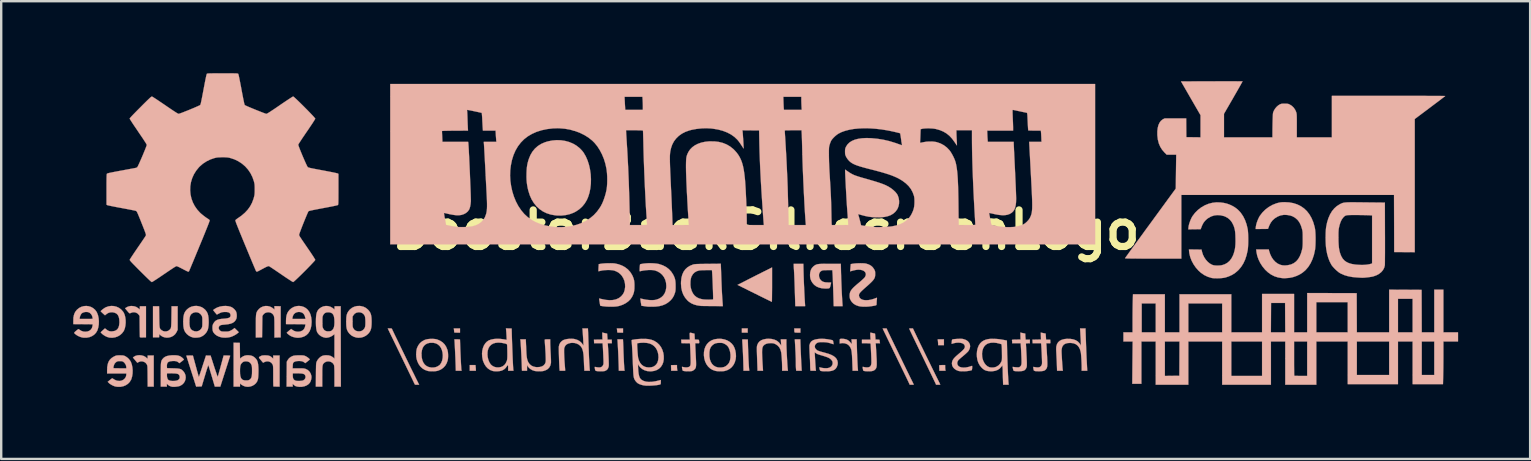
<source format=kicad_pcb>
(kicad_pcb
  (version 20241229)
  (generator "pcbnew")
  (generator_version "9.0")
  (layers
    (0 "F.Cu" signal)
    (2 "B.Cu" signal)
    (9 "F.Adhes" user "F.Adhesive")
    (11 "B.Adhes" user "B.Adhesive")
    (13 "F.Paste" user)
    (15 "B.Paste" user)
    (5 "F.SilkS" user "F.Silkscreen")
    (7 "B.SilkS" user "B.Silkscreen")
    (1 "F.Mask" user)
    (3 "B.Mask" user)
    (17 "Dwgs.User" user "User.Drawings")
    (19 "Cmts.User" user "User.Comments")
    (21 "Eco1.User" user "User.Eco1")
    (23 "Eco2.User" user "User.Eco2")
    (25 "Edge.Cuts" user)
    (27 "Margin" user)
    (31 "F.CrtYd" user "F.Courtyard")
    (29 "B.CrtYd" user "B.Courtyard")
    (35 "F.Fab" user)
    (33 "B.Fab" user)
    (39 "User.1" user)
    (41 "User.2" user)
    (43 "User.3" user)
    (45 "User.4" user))
  (footprint "BoosterBackSilkscreenLogo"
    (layer "F.Cu")
    (at 28.859 6.533)
    (property "Reference" "BoosterBackSilkscreenLogo" (at 0 0 0) (layer "F.SilkS") (effects (font (size 1.524 1.524) (thickness 0.3))))
    (attr through_hole)
    (fp_poly (pts (xy -0.749 4.28) (xy -0.991 4.28) (xy -0.991 4.102) (xy -0.749 4.102) (xy -0.749 4.28)) (stroke (width 0.01) (type solid)) (fill yes) (layer "B.SilkS"))
    (fp_poly (pts (xy 7.429 4.801) (xy 7.188 4.801) (xy 7.188 4.758) (xy 7.187 4.722) (xy 7.183 4.673) (xy 7.18 4.637) (xy 7.172 4.559) (xy 7.429 4.559) (xy 7.429 4.801)) (stroke (width 0.01) (type solid)) (fill yes) (layer "B.SilkS"))
    (fp_poly (pts (xy -12.086 5.706) (xy -12.081 5.756) (xy -12.078 5.802) (xy -12.078 5.825) (xy -12.078 5.867) (xy -12.332 5.867) (xy -12.332 5.632) (xy -12.213 5.631) (xy -12.094 5.631) (xy -12.086 5.706)) (stroke (width 0.01) (type solid)) (fill yes) (layer "B.SilkS"))
    (fp_poly (pts (xy -12.738 4.28) (xy -12.859 4.28) (xy -12.915 4.279) (xy -12.951 4.277) (xy -12.97 4.273) (xy -12.978 4.265) (xy -12.98 4.258) (xy -12.981 4.233) (xy -12.985 4.193) (xy -12.988 4.169) (xy -12.996 4.102) (xy -12.738 4.102) (xy -12.738 4.28)) (stroke (width 0.01) (type solid)) (fill yes) (layer "B.SilkS"))
    (fp_poly (pts (xy -5.944 4.28) (xy -6.064 4.28) (xy -6.121 4.279) (xy -6.156 4.277) (xy -6.176 4.273) (xy -6.184 4.265) (xy -6.185 4.258) (xy -6.187 4.233) (xy -6.19 4.193) (xy -6.193 4.169) (xy -6.201 4.102) (xy -5.944 4.102) (xy -5.944 4.28)) (stroke (width 0.01) (type solid)) (fill yes) (layer "B.SilkS"))
    (fp_poly (pts (xy 1.448 4.28) (xy 1.329 4.28) (xy 1.271 4.279) (xy 1.233 4.276) (xy 1.212 4.271) (xy 1.202 4.262) (xy 1.202 4.26) (xy 1.197 4.236) (xy 1.194 4.198) (xy 1.194 4.171) (xy 1.194 4.102) (xy 1.448 4.102) (xy 1.448 4.28)) (stroke (width 0.01) (type solid)) (fill yes) (layer "B.SilkS"))
    (fp_poly (pts (xy -3.696 5.701) (xy -3.694 5.751) (xy -3.69 5.8) (xy -3.688 5.82) (xy -3.68 5.867) (xy -3.937 5.867) (xy -3.939 5.785) (xy -3.941 5.736) (xy -3.942 5.692) (xy -3.943 5.668) (xy -3.943 5.633) (xy -3.82 5.632) (xy -3.696 5.63) (xy -3.696 5.701)) (stroke (width 0.01) (type solid)) (fill yes) (layer "B.SilkS"))
    (fp_poly (pts (xy 7.48 5.701) (xy 7.482 5.751) (xy 7.486 5.8) (xy 7.488 5.82) (xy 7.496 5.867) (xy 7.239 5.867) (xy 7.237 5.779) (xy 7.235 5.729) (xy 7.234 5.687) (xy 7.234 5.661) (xy 7.234 5.648) (xy 7.241 5.64) (xy 7.258 5.635) (xy 7.291 5.633) (xy 7.343 5.632) (xy 7.356 5.632) (xy 7.48 5.63) (xy 7.48 5.701)) (stroke (width 0.01) (type solid)) (fill yes) (layer "B.SilkS"))
    (fp_poly (pts (xy -5.939 4.715) (xy -5.936 4.784) (xy -5.932 4.87) (xy -5.929 4.963) (xy -5.926 5.054) (xy -5.925 5.086) (xy -5.921 5.185) (xy -5.917 5.288) (xy -5.912 5.391) (xy -5.908 5.492) (xy -5.903 5.587) (xy -5.898 5.671) (xy -5.893 5.741) (xy -5.889 5.793) (xy -5.886 5.824) (xy -5.886 5.826) (xy -5.879 5.867) (xy -6.119 5.867) (xy -6.127 5.591) (xy -6.134 5.396) (xy -6.142 5.187) (xy -6.152 4.974) (xy -6.163 4.77) (xy -6.168 4.696) (xy -6.176 4.559) (xy -5.946 4.559) (xy -5.939 4.715)) (stroke (width 0.01) (type solid)) (fill yes) (layer "B.SilkS"))
    (fp_poly (pts (xy 1.453 4.816) (xy 1.458 4.953) (xy 1.464 5.1) (xy 1.471 5.251) (xy 1.477 5.399) (xy 1.484 5.539) (xy 1.49 5.663) (xy 1.494 5.725) (xy 1.502 5.867) (xy 1.274 5.867) (xy 1.266 5.801) (xy 1.263 5.764) (xy 1.26 5.709) (xy 1.258 5.641) (xy 1.257 5.567) (xy 1.257 5.537) (xy 1.256 5.452) (xy 1.254 5.352) (xy 1.25 5.247) (xy 1.246 5.15) (xy 1.245 5.118) (xy 1.24 5.029) (xy 1.235 4.933) (xy 1.23 4.839) (xy 1.226 4.757) (xy 1.224 4.728) (xy 1.215 4.559) (xy 1.445 4.559) (xy 1.453 4.816)) (stroke (width 0.01) (type solid)) (fill yes) (layer "B.SilkS"))
    (fp_poly (pts (xy 1.579 1.762) (xy 1.583 1.894) (xy 1.588 2.045) (xy 1.594 2.21) (xy 1.602 2.381) (xy 1.61 2.554) (xy 1.618 2.721) (xy 1.626 2.877) (xy 1.635 3.016) (xy 1.636 3.032) (xy 1.645 3.175) (xy 1.235 3.175) (xy 1.227 2.899) (xy 1.221 2.704) (xy 1.215 2.519) (xy 1.209 2.345) (xy 1.204 2.185) (xy 1.198 2.04) (xy 1.193 1.913) (xy 1.188 1.806) (xy 1.183 1.72) (xy 1.181 1.676) (xy 1.176 1.608) (xy 1.172 1.545) (xy 1.17 1.494) (xy 1.169 1.46) (xy 1.169 1.457) (xy 1.168 1.41) (xy 1.571 1.41) (xy 1.579 1.762)) (stroke (width 0.01) (type solid)) (fill yes) (layer "B.SilkS"))
    (fp_poly (pts (xy -12.803 4.56) (xy -12.764 4.563) (xy -12.741 4.567) (xy -12.738 4.569) (xy -12.736 4.652) (xy -12.733 4.749) (xy -12.729 4.856) (xy -12.725 4.971) (xy -12.72 5.089) (xy -12.715 5.209) (xy -12.71 5.326) (xy -12.704 5.439) (xy -12.699 5.543) (xy -12.694 5.635) (xy -12.689 5.714) (xy -12.685 5.774) (xy -12.682 5.814) (xy -12.68 5.826) (xy -12.673 5.867) (xy -12.913 5.867) (xy -12.921 5.604) (xy -12.926 5.471) (xy -12.931 5.326) (xy -12.938 5.174) (xy -12.945 5.023) (xy -12.952 4.88) (xy -12.959 4.751) (xy -12.962 4.689) (xy -12.97 4.559) (xy -12.854 4.559) (xy -12.803 4.56)) (stroke (width 0.01) (type solid)) (fill yes) (layer "B.SilkS"))
    (fp_poly (pts (xy 0.267 2.28) (xy 0.267 2.412) (xy 0.266 2.536) (xy 0.265 2.651) (xy 0.264 2.752) (xy 0.263 2.839) (xy 0.262 2.909) (xy 0.26 2.96) (xy 0.258 2.989) (xy 0.257 2.996) (xy 0.244 2.99) (xy 0.211 2.974) (xy 0.159 2.949) (xy 0.089 2.915) (xy 0.005 2.874) (xy -0.092 2.826) (xy -0.2 2.773) (xy -0.317 2.715) (xy -0.441 2.653) (xy -0.463 2.643) (xy -1.173 2.29) (xy -0.761 2.08) (xy -0.649 2.023) (xy -0.528 1.961) (xy -0.405 1.899) (xy -0.284 1.838) (xy -0.172 1.782) (xy -0.075 1.733) (xy -0.041 1.716) (xy 0.267 1.562) (xy 0.267 2.28)) (stroke (width 0.01) (type solid)) (fill yes) (layer "B.SilkS"))
    (fp_poly (pts (xy -0.86 4.562) (xy -0.743 4.566) (xy -0.735 4.877) (xy -0.731 4.99) (xy -0.727 5.11) (xy -0.722 5.233) (xy -0.717 5.353) (xy -0.711 5.468) (xy -0.706 5.574) (xy -0.7 5.666) (xy -0.695 5.741) (xy -0.69 5.794) (xy -0.69 5.794) (xy -0.683 5.867) (xy -0.923 5.867) (xy -0.932 5.531) (xy -0.935 5.418) (xy -0.94 5.291) (xy -0.945 5.16) (xy -0.951 5.033) (xy -0.957 4.92) (xy -0.959 4.887) (xy -0.964 4.801) (xy -0.969 4.723) (xy -0.973 4.657) (xy -0.975 4.607) (xy -0.977 4.577) (xy -0.978 4.568) (xy -0.966 4.564) (xy -0.935 4.562) (xy -0.889 4.561) (xy -0.86 4.562)) (stroke (width 0.01) (type solid)) (fill yes) (layer "B.SilkS"))
    (fp_poly (pts (xy -26.008 5.228) (xy -25.924 5.251) (xy -25.851 5.289) (xy -25.811 5.323) (xy -25.786 5.346) (xy -25.769 5.359) (xy -25.766 5.359) (xy -25.76 5.348) (xy -25.756 5.319) (xy -25.756 5.296) (xy -25.756 5.232) (xy -25.502 5.232) (xy -25.502 6.528) (xy -25.754 6.528) (xy -25.758 6.093) (xy -25.759 5.976) (xy -25.76 5.882) (xy -25.762 5.807) (xy -25.763 5.75) (xy -25.765 5.706) (xy -25.768 5.674) (xy -25.772 5.651) (xy -25.778 5.632) (xy -25.784 5.617) (xy -25.791 5.604) (xy -25.836 5.545) (xy -25.895 5.503) (xy -25.965 5.48) (xy -26.038 5.476) (xy -26.109 5.495) (xy -26.126 5.504) (xy -26.186 5.536) (xy -26.278 5.427) (xy -26.37 5.317) (xy -26.333 5.288) (xy -26.265 5.249) (xy -26.184 5.226) (xy -26.097 5.219) (xy -26.008 5.228)) (stroke (width 0.01) (type solid)) (fill yes) (layer "B.SilkS"))
    (fp_poly (pts (xy -26.317 3.18) (xy -26.225 3.211) (xy -26.147 3.263) (xy -26.145 3.265) (xy -26.087 3.316) (xy -26.083 3.249) (xy -26.079 3.181) (xy -25.825 3.181) (xy -25.825 4.477) (xy -25.949 4.48) (xy -26.011 4.481) (xy -26.051 4.479) (xy -26.073 4.474) (xy -26.079 4.468) (xy -26.081 4.452) (xy -26.082 4.413) (xy -26.084 4.355) (xy -26.085 4.281) (xy -26.087 4.194) (xy -26.088 4.097) (xy -26.089 4.019) (xy -26.092 3.586) (xy -26.126 3.534) (xy -26.175 3.482) (xy -26.239 3.447) (xy -26.311 3.43) (xy -26.385 3.434) (xy -26.45 3.456) (xy -26.476 3.468) (xy -26.496 3.474) (xy -26.514 3.471) (xy -26.534 3.456) (xy -26.561 3.428) (xy -26.598 3.384) (xy -26.618 3.36) (xy -26.696 3.266) (xy -26.66 3.24) (xy -26.576 3.195) (xy -26.482 3.172) (xy -26.422 3.169) (xy -26.317 3.18)) (stroke (width 0.01) (type solid)) (fill yes) (layer "B.SilkS"))
    (fp_poly (pts (xy -20.758 3.171) (xy -20.663 3.192) (xy -20.574 3.235) (xy -20.519 3.276) (xy -20.472 3.317) (xy -20.472 3.174) (xy -20.342 3.178) (xy -20.212 3.181) (xy -20.212 4.477) (xy -20.472 4.484) (xy -20.472 4.066) (xy -20.473 3.945) (xy -20.473 3.845) (xy -20.475 3.766) (xy -20.477 3.703) (xy -20.481 3.654) (xy -20.487 3.616) (xy -20.495 3.586) (xy -20.506 3.562) (xy -20.519 3.54) (xy -20.533 3.52) (xy -20.583 3.472) (xy -20.646 3.442) (xy -20.715 3.43) (xy -20.786 3.436) (xy -20.853 3.458) (xy -20.91 3.498) (xy -20.94 3.534) (xy -20.974 3.586) (xy -20.98 4.031) (xy -20.987 4.477) (xy -21.247 4.484) (xy -21.247 4.016) (xy -21.247 3.883) (xy -21.246 3.773) (xy -21.245 3.683) (xy -21.242 3.61) (xy -21.238 3.551) (xy -21.232 3.504) (xy -21.224 3.466) (xy -21.214 3.434) (xy -21.201 3.406) (xy -21.185 3.379) (xy -21.178 3.367) (xy -21.113 3.289) (xy -21.036 3.23) (xy -20.948 3.19) (xy -20.854 3.17) (xy -20.758 3.171)) (stroke (width 0.01) (type solid)) (fill yes) (layer "B.SilkS"))
    (fp_poly (pts (xy -25.273 3.619) (xy -25.271 3.743) (xy -25.269 3.844) (xy -25.267 3.924) (xy -25.263 3.988) (xy -25.258 4.037) (xy -25.251 4.075) (xy -25.241 4.104) (xy -25.228 4.127) (xy -25.211 4.146) (xy -25.19 4.164) (xy -25.169 4.182) (xy -25.109 4.215) (xy -25.039 4.23) (xy -24.968 4.226) (xy -24.901 4.204) (xy -24.859 4.176) (xy -24.837 4.156) (xy -24.819 4.138) (xy -24.804 4.118) (xy -24.793 4.095) (xy -24.784 4.065) (xy -24.778 4.025) (xy -24.774 3.974) (xy -24.77 3.907) (xy -24.768 3.823) (xy -24.766 3.718) (xy -24.765 3.619) (xy -24.759 3.181) (xy -24.505 3.181) (xy -24.505 4.159) (xy -24.538 4.231) (xy -24.566 4.281) (xy -24.599 4.33) (xy -24.619 4.354) (xy -24.689 4.414) (xy -24.773 4.457) (xy -24.867 4.483) (xy -24.963 4.49) (xy -25.056 4.476) (xy -25.141 4.444) (xy -25.209 4.4) (xy -25.235 4.375) (xy -25.267 4.341) (xy -25.273 4.409) (xy -25.279 4.477) (xy -25.533 4.477) (xy -25.533 3.181) (xy -25.279 3.181) (xy -25.273 3.619)) (stroke (width 0.01) (type solid)) (fill yes) (layer "B.SilkS"))
    (fp_poly (pts (xy 3.228 4.536) (xy 3.294 4.546) (xy 3.355 4.56) (xy 3.387 4.572) (xy 3.452 4.61) (xy 3.515 4.668) (xy 3.572 4.737) (xy 3.582 4.751) (xy 3.588 4.754) (xy 3.59 4.741) (xy 3.589 4.709) (xy 3.586 4.664) (xy 3.578 4.559) (xy 3.793 4.559) (xy 3.802 4.893) (xy 3.806 5.02) (xy 3.81 5.149) (xy 3.815 5.278) (xy 3.82 5.401) (xy 3.825 5.516) (xy 3.83 5.618) (xy 3.835 5.704) (xy 3.84 5.77) (xy 3.842 5.794) (xy 3.849 5.867) (xy 3.624 5.867) (xy 3.61 5.483) (xy 3.604 5.352) (xy 3.599 5.243) (xy 3.592 5.154) (xy 3.584 5.081) (xy 3.574 5.021) (xy 3.561 4.971) (xy 3.545 4.929) (xy 3.525 4.891) (xy 3.501 4.854) (xy 3.484 4.831) (xy 3.434 4.783) (xy 3.366 4.747) (xy 3.289 4.723) (xy 3.208 4.715) (xy 3.14 4.722) (xy 3.086 4.734) (xy 3.086 4.641) (xy 3.087 4.593) (xy 3.089 4.564) (xy 3.096 4.549) (xy 3.109 4.542) (xy 3.119 4.539) (xy 3.166 4.534) (xy 3.228 4.536)) (stroke (width 0.01) (type solid)) (fill yes) (layer "B.SilkS"))
    (fp_poly (pts (xy -20.77 5.229) (xy -20.704 5.24) (xy -20.649 5.261) (xy -20.599 5.295) (xy -20.564 5.325) (xy -20.523 5.364) (xy -20.523 5.232) (xy -20.256 5.232) (xy -20.256 6.528) (xy -20.381 6.528) (xy -20.435 6.527) (xy -20.479 6.525) (xy -20.508 6.522) (xy -20.515 6.519) (xy -20.517 6.505) (xy -20.519 6.468) (xy -20.52 6.412) (xy -20.522 6.34) (xy -20.523 6.254) (xy -20.523 6.158) (xy -20.523 6.085) (xy -20.523 5.969) (xy -20.524 5.876) (xy -20.524 5.802) (xy -20.526 5.745) (xy -20.528 5.702) (xy -20.531 5.67) (xy -20.535 5.647) (xy -20.54 5.628) (xy -20.546 5.613) (xy -20.549 5.607) (xy -20.591 5.547) (xy -20.648 5.504) (xy -20.716 5.48) (xy -20.789 5.476) (xy -20.863 5.495) (xy -20.884 5.504) (xy -20.944 5.535) (xy -21.038 5.425) (xy -21.08 5.376) (xy -21.106 5.341) (xy -21.116 5.318) (xy -21.111 5.299) (xy -21.089 5.282) (xy -21.051 5.261) (xy -21.038 5.254) (xy -21.01 5.241) (xy -20.98 5.232) (xy -20.941 5.228) (xy -20.886 5.226) (xy -20.853 5.226) (xy -20.77 5.229)) (stroke (width 0.01) (type solid)) (fill yes) (layer "B.SilkS"))
    (fp_poly (pts (xy 6.216 4.27) (xy 6.255 4.352) (xy 6.304 4.454) (xy 6.36 4.571) (xy 6.423 4.701) (xy 6.491 4.841) (xy 6.563 4.988) (xy 6.636 5.139) (xy 6.71 5.291) (xy 6.783 5.44) (xy 6.854 5.584) (xy 6.92 5.72) (xy 6.981 5.844) (xy 7.035 5.953) (xy 7.08 6.045) (xy 7.107 6.099) (xy 7.15 6.185) (xy 7.189 6.263) (xy 7.222 6.33) (xy 7.249 6.385) (xy 7.267 6.424) (xy 7.276 6.443) (xy 7.277 6.445) (xy 7.265 6.448) (xy 7.235 6.451) (xy 7.192 6.452) (xy 7.19 6.452) (xy 7.103 6.452) (xy 7.08 6.398) (xy 7.071 6.379) (xy 7.052 6.338) (xy 7.023 6.279) (xy 6.986 6.201) (xy 6.941 6.107) (xy 6.889 5.999) (xy 6.83 5.878) (xy 6.766 5.745) (xy 6.697 5.603) (xy 6.625 5.453) (xy 6.549 5.296) (xy 6.519 5.234) (xy 6.443 5.077) (xy 6.37 4.926) (xy 6.301 4.783) (xy 6.237 4.65) (xy 6.178 4.527) (xy 6.125 4.418) (xy 6.08 4.323) (xy 6.042 4.243) (xy 6.013 4.181) (xy 5.993 4.139) (xy 5.983 4.116) (xy 5.982 4.113) (xy 5.993 4.107) (xy 6.023 4.103) (xy 6.059 4.102) (xy 6.136 4.102) (xy 6.216 4.27)) (stroke (width 0.01) (type solid)) (fill yes) (layer "B.SilkS"))
    (fp_poly (pts (xy 5.074 4.181) (xy 5.086 4.207) (xy 5.107 4.252) (xy 5.138 4.317) (xy 5.177 4.398) (xy 5.223 4.493) (xy 5.275 4.601) (xy 5.332 4.719) (xy 5.393 4.845) (xy 5.458 4.977) (xy 5.524 5.113) (xy 5.591 5.252) (xy 5.658 5.389) (xy 5.723 5.525) (xy 5.787 5.656) (xy 5.848 5.781) (xy 5.904 5.897) (xy 5.956 6.002) (xy 6.001 6.094) (xy 6.039 6.172) (xy 6.069 6.232) (xy 6.088 6.27) (xy 6.118 6.33) (xy 6.143 6.381) (xy 6.161 6.42) (xy 6.171 6.442) (xy 6.172 6.445) (xy 6.161 6.448) (xy 6.13 6.451) (xy 6.089 6.452) (xy 6.005 6.452) (xy 5.948 6.328) (xy 5.934 6.298) (xy 5.909 6.247) (xy 5.876 6.177) (xy 5.834 6.09) (xy 5.784 5.988) (xy 5.728 5.872) (xy 5.666 5.744) (xy 5.6 5.606) (xy 5.529 5.461) (xy 5.456 5.309) (xy 5.383 5.16) (xy 5.309 5.007) (xy 5.239 4.861) (xy 5.172 4.724) (xy 5.11 4.596) (xy 5.054 4.479) (xy 5.004 4.375) (xy 4.961 4.287) (xy 4.926 4.214) (xy 4.9 4.159) (xy 4.883 4.123) (xy 4.877 4.109) (xy 4.877 4.109) (xy 4.888 4.105) (xy 4.919 4.103) (xy 4.958 4.102) (xy 5.038 4.102) (xy 5.074 4.181)) (stroke (width 0.01) (type solid)) (fill yes) (layer "B.SilkS"))
    (fp_poly (pts (xy -15.618 4.103) (xy -15.591 4.108) (xy -15.577 4.118) (xy -15.574 4.124) (xy -15.567 4.141) (xy -15.549 4.178) (xy -15.523 4.234) (xy -15.488 4.307) (xy -15.446 4.395) (xy -15.397 4.495) (xy -15.343 4.606) (xy -15.285 4.726) (xy -15.224 4.852) (xy -15.16 4.984) (xy -15.095 5.118) (xy -15.03 5.252) (xy -14.965 5.386) (xy -14.902 5.516) (xy -14.841 5.641) (xy -14.784 5.758) (xy -14.731 5.866) (xy -14.683 5.962) (xy -14.642 6.045) (xy -14.609 6.113) (xy -14.591 6.15) (xy -14.44 6.452) (xy -14.529 6.452) (xy -14.576 6.451) (xy -14.604 6.448) (xy -14.62 6.44) (xy -14.63 6.424) (xy -14.633 6.417) (xy -14.641 6.399) (xy -14.659 6.361) (xy -14.687 6.303) (xy -14.722 6.229) (xy -14.765 6.14) (xy -14.814 6.038) (xy -14.868 5.926) (xy -14.927 5.804) (xy -14.989 5.675) (xy -15.054 5.542) (xy -15.12 5.406) (xy -15.186 5.268) (xy -15.252 5.132) (xy -15.316 4.999) (xy -15.378 4.871) (xy -15.437 4.75) (xy -15.491 4.638) (xy -15.54 4.537) (xy -15.575 4.465) (xy -15.618 4.378) (xy -15.657 4.298) (xy -15.69 4.228) (xy -15.717 4.172) (xy -15.737 4.131) (xy -15.747 4.11) (xy -15.748 4.107) (xy -15.736 4.104) (xy -15.706 4.103) (xy -15.665 4.102) (xy -15.618 4.103)) (stroke (width 0.01) (type solid)) (fill yes) (layer "B.SilkS"))
    (fp_poly (pts (xy -8.531 -3.737) (xy -8.355 -3.71) (xy -8.187 -3.664) (xy -8.029 -3.598) (xy -7.885 -3.514) (xy -7.755 -3.411) (xy -7.734 -3.391) (xy -7.686 -3.342) (xy -7.639 -3.289) (xy -7.6 -3.24) (xy -7.586 -3.219) (xy -7.496 -3.066) (xy -7.422 -2.896) (xy -7.363 -2.713) (xy -7.32 -2.52) (xy -7.292 -2.322) (xy -7.281 -2.121) (xy -7.285 -1.922) (xy -7.307 -1.728) (xy -7.344 -1.543) (xy -7.399 -1.37) (xy -7.451 -1.251) (xy -7.538 -1.105) (xy -7.644 -0.975) (xy -7.769 -0.861) (xy -7.911 -0.766) (xy -8.006 -0.717) (xy -8.161 -0.659) (xy -8.329 -0.62) (xy -8.506 -0.601) (xy -8.69 -0.602) (xy -8.777 -0.61) (xy -8.96 -0.643) (xy -9.128 -0.697) (xy -9.283 -0.772) (xy -9.423 -0.868) (xy -9.549 -0.983) (xy -9.658 -1.118) (xy -9.753 -1.272) (xy -9.83 -1.444) (xy -9.891 -1.634) (xy -9.918 -1.749) (xy -9.94 -1.868) (xy -9.955 -1.979) (xy -9.964 -2.09) (xy -9.968 -2.208) (xy -9.966 -2.342) (xy -9.966 -2.368) (xy -9.96 -2.498) (xy -9.951 -2.609) (xy -9.936 -2.709) (xy -9.916 -2.804) (xy -9.889 -2.901) (xy -9.868 -2.964) (xy -9.802 -3.124) (xy -9.718 -3.266) (xy -9.616 -3.39) (xy -9.496 -3.496) (xy -9.358 -3.584) (xy -9.204 -3.652) (xy -9.081 -3.69) (xy -8.897 -3.727) (xy -8.712 -3.743) (xy -8.531 -3.737)) (stroke (width 0.01) (type solid)) (fill yes) (layer "B.SilkS"))
    (fp_poly (pts (xy -27.161 3.173) (xy -27.052 3.2) (xy -26.951 3.247) (xy -26.861 3.313) (xy -26.785 3.398) (xy -26.754 3.444) (xy -26.715 3.532) (xy -26.688 3.636) (xy -26.673 3.751) (xy -26.671 3.869) (xy -26.682 3.985) (xy -26.705 4.094) (xy -26.74 4.188) (xy -26.754 4.215) (xy -26.823 4.307) (xy -26.908 4.383) (xy -27.007 4.44) (xy -27.115 4.477) (xy -27.23 4.493) (xy -27.348 4.486) (xy -27.367 4.482) (xy -27.446 4.458) (xy -27.529 4.419) (xy -27.607 4.369) (xy -27.645 4.338) (xy -27.678 4.307) (xy -27.701 4.282) (xy -27.711 4.269) (xy -27.711 4.269) (xy -27.703 4.257) (xy -27.679 4.232) (xy -27.644 4.2) (xy -27.623 4.18) (xy -27.534 4.101) (xy -27.471 4.151) (xy -27.408 4.195) (xy -27.348 4.219) (xy -27.282 4.228) (xy -27.23 4.226) (xy -27.14 4.211) (xy -27.067 4.18) (xy -27.011 4.131) (xy -26.97 4.063) (xy -26.945 3.976) (xy -26.933 3.869) (xy -26.933 3.829) (xy -26.94 3.715) (xy -26.961 3.621) (xy -26.997 3.546) (xy -27.049 3.491) (xy -27.117 3.454) (xy -27.201 3.434) (xy -27.222 3.432) (xy -27.308 3.433) (xy -27.382 3.453) (xy -27.453 3.493) (xy -27.47 3.506) (xy -27.534 3.557) (xy -27.623 3.478) (xy -27.661 3.442) (xy -27.691 3.413) (xy -27.709 3.394) (xy -27.711 3.389) (xy -27.702 3.373) (xy -27.675 3.347) (xy -27.638 3.315) (xy -27.594 3.282) (xy -27.55 3.252) (xy -27.509 3.228) (xy -27.5 3.223) (xy -27.388 3.184) (xy -27.274 3.167) (xy -27.161 3.173)) (stroke (width 0.01) (type solid)) (fill yes) (layer "B.SilkS"))
    (fp_poly (pts (xy -19.35 3.177) (xy -19.251 3.208) (xy -19.159 3.26) (xy -19.087 3.323) (xy -19.02 3.412) (xy -18.971 3.518) (xy -18.939 3.642) (xy -18.924 3.785) (xy -18.923 3.84) (xy -18.933 3.982) (xy -18.96 4.109) (xy -19.005 4.219) (xy -19.066 4.312) (xy -19.144 4.386) (xy -19.237 4.441) (xy -19.346 4.476) (xy -19.38 4.483) (xy -19.453 4.492) (xy -19.514 4.494) (xy -19.576 4.487) (xy -19.633 4.476) (xy -19.689 4.461) (xy -19.747 4.441) (xy -19.78 4.427) (xy -19.819 4.404) (xy -19.861 4.376) (xy -19.901 4.345) (xy -19.933 4.316) (xy -19.954 4.293) (xy -19.958 4.281) (xy -19.946 4.268) (xy -19.919 4.245) (xy -19.882 4.213) (xy -19.864 4.198) (xy -19.775 4.125) (xy -19.733 4.158) (xy -19.653 4.207) (xy -19.571 4.234) (xy -19.488 4.241) (xy -19.396 4.231) (xy -19.319 4.201) (xy -19.258 4.153) (xy -19.215 4.087) (xy -19.19 4.005) (xy -19.187 3.975) (xy -19.183 3.931) (xy -19.587 3.927) (xy -19.99 3.924) (xy -19.99 3.79) (xy -19.986 3.708) (xy -19.727 3.708) (xy -19.178 3.708) (xy -19.185 3.667) (xy -19.21 3.576) (xy -19.249 3.505) (xy -19.303 3.455) (xy -19.372 3.426) (xy -19.454 3.416) (xy -19.536 3.428) (xy -19.607 3.461) (xy -19.663 3.512) (xy -19.701 3.581) (xy -19.718 3.648) (xy -19.727 3.708) (xy -19.986 3.708) (xy -19.984 3.668) (xy -19.968 3.565) (xy -19.939 3.477) (xy -19.902 3.407) (xy -19.832 3.321) (xy -19.749 3.253) (xy -19.656 3.205) (xy -19.556 3.176) (xy -19.453 3.166) (xy -19.35 3.177)) (stroke (width 0.01) (type solid)) (fill yes) (layer "B.SilkS"))
    (fp_poly (pts (xy -6.78 4.283) (xy -6.751 4.29) (xy -6.708 4.299) (xy -6.679 4.305) (xy -6.607 4.319) (xy -6.598 4.446) (xy -6.589 4.572) (xy -6.416 4.572) (xy -6.412 4.643) (xy -6.41 4.683) (xy -6.411 4.711) (xy -6.412 4.719) (xy -6.427 4.722) (xy -6.459 4.724) (xy -6.499 4.724) (xy -6.581 4.724) (xy -6.573 4.836) (xy -6.565 4.949) (xy -6.558 5.065) (xy -6.552 5.18) (xy -6.547 5.291) (xy -6.543 5.394) (xy -6.54 5.487) (xy -6.538 5.566) (xy -6.538 5.627) (xy -6.54 5.668) (xy -6.541 5.68) (xy -6.563 5.756) (xy -6.597 5.812) (xy -6.648 5.853) (xy -6.704 5.878) (xy -6.738 5.885) (xy -6.789 5.889) (xy -6.851 5.891) (xy -6.917 5.891) (xy -6.978 5.888) (xy -7.028 5.884) (xy -7.047 5.88) (xy -7.079 5.869) (xy -7.099 5.856) (xy -7.1 5.854) (xy -7.106 5.835) (xy -7.113 5.802) (xy -7.119 5.764) (xy -7.123 5.73) (xy -7.123 5.71) (xy -7.122 5.708) (xy -7.108 5.708) (xy -7.078 5.713) (xy -7.062 5.716) (xy -7.015 5.724) (xy -6.96 5.729) (xy -6.937 5.73) (xy -6.874 5.723) (xy -6.826 5.699) (xy -6.789 5.656) (xy -6.777 5.633) (xy -6.769 5.617) (xy -6.764 5.601) (xy -6.76 5.581) (xy -6.758 5.554) (xy -6.758 5.517) (xy -6.758 5.467) (xy -6.76 5.4) (xy -6.764 5.314) (xy -6.767 5.221) (xy -6.772 5.123) (xy -6.776 5.031) (xy -6.78 4.948) (xy -6.784 4.878) (xy -6.787 4.825) (xy -6.79 4.793) (xy -6.79 4.791) (xy -6.797 4.724) (xy -7.148 4.724) (xy -7.156 4.573) (xy -6.801 4.566) (xy -6.806 4.421) (xy -6.81 4.276) (xy -6.78 4.283)) (stroke (width 0.01) (type solid)) (fill yes) (layer "B.SilkS"))
    (fp_poly (pts (xy -22.044 4.702) (xy -21.914 4.705) (xy -21.91 5.032) (xy -21.907 5.359) (xy -21.853 5.317) (xy -21.776 5.266) (xy -21.701 5.236) (xy -21.62 5.222) (xy -21.553 5.222) (xy -21.465 5.232) (xy -21.392 5.253) (xy -21.329 5.29) (xy -21.273 5.338) (xy -21.228 5.388) (xy -21.194 5.443) (xy -21.171 5.507) (xy -21.154 5.586) (xy -21.144 5.673) (xy -21.139 5.752) (xy -21.137 5.842) (xy -21.138 5.937) (xy -21.141 6.031) (xy -21.146 6.117) (xy -21.154 6.188) (xy -21.16 6.226) (xy -21.191 6.311) (xy -21.241 6.386) (xy -21.309 6.448) (xy -21.389 6.495) (xy -21.479 6.526) (xy -21.574 6.538) (xy -21.671 6.529) (xy -21.682 6.527) (xy -21.759 6.499) (xy -21.835 6.457) (xy -21.868 6.432) (xy -21.907 6.399) (xy -21.907 6.528) (xy -22.174 6.528) (xy -22.174 5.885) (xy -21.907 5.885) (xy -21.904 5.999) (xy -21.891 6.09) (xy -21.869 6.161) (xy -21.836 6.212) (xy -21.791 6.247) (xy -21.732 6.266) (xy -21.658 6.271) (xy -21.64 6.271) (xy -21.586 6.268) (xy -21.55 6.261) (xy -21.521 6.249) (xy -21.498 6.233) (xy -21.466 6.204) (xy -21.443 6.17) (xy -21.426 6.128) (xy -21.415 6.073) (xy -21.408 6.002) (xy -21.406 5.91) (xy -21.406 5.88) (xy -21.406 5.799) (xy -21.408 5.737) (xy -21.412 5.692) (xy -21.419 5.657) (xy -21.427 5.627) (xy -21.429 5.624) (xy -21.467 5.556) (xy -21.52 5.509) (xy -21.588 5.482) (xy -21.67 5.475) (xy -21.714 5.48) (xy -21.757 5.491) (xy -21.794 5.513) (xy -21.826 5.542) (xy -21.855 5.576) (xy -21.877 5.613) (xy -21.892 5.659) (xy -21.901 5.718) (xy -21.906 5.793) (xy -21.907 5.885) (xy -22.174 5.885) (xy -22.174 4.698) (xy -22.044 4.702)) (stroke (width 0.01) (type solid)) (fill yes) (layer "B.SilkS"))
    (fp_poly (pts (xy 0.253 4.544) (xy 0.37 4.573) (xy 0.469 4.62) (xy 0.552 4.687) (xy 0.612 4.763) (xy 0.649 4.82) (xy 0.631 4.559) (xy 0.864 4.559) (xy 0.864 4.709) (xy 0.864 4.769) (xy 0.867 4.848) (xy 0.87 4.943) (xy 0.875 5.048) (xy 0.88 5.16) (xy 0.886 5.275) (xy 0.892 5.389) (xy 0.898 5.499) (xy 0.904 5.599) (xy 0.91 5.687) (xy 0.916 5.757) (xy 0.921 5.807) (xy 0.922 5.813) (xy 0.929 5.867) (xy 0.686 5.867) (xy 0.686 5.705) (xy 0.684 5.615) (xy 0.681 5.516) (xy 0.676 5.414) (xy 0.669 5.315) (xy 0.662 5.225) (xy 0.654 5.15) (xy 0.647 5.099) (xy 0.617 4.989) (xy 0.571 4.899) (xy 0.507 4.825) (xy 0.425 4.768) (xy 0.41 4.76) (xy 0.367 4.74) (xy 0.332 4.728) (xy 0.295 4.721) (xy 0.249 4.718) (xy 0.203 4.718) (xy 0.103 4.725) (xy 0.021 4.746) (xy -0.045 4.781) (xy -0.088 4.82) (xy -0.105 4.842) (xy -0.119 4.868) (xy -0.13 4.898) (xy -0.139 4.936) (xy -0.145 4.984) (xy -0.148 5.042) (xy -0.149 5.115) (xy -0.147 5.202) (xy -0.143 5.307) (xy -0.137 5.431) (xy -0.129 5.576) (xy -0.118 5.745) (xy -0.118 5.75) (xy -0.11 5.867) (xy -0.339 5.867) (xy -0.347 5.623) (xy -0.353 5.466) (xy -0.357 5.333) (xy -0.361 5.221) (xy -0.364 5.128) (xy -0.366 5.052) (xy -0.367 4.991) (xy -0.367 4.943) (xy -0.367 4.905) (xy -0.365 4.877) (xy -0.363 4.854) (xy -0.361 4.836) (xy -0.357 4.82) (xy -0.353 4.805) (xy -0.351 4.797) (xy -0.314 4.716) (xy -0.258 4.648) (xy -0.182 4.596) (xy -0.087 4.56) (xy 0.025 4.539) (xy 0.121 4.534) (xy 0.253 4.544)) (stroke (width 0.01) (type solid)) (fill yes) (layer "B.SilkS"))
    (fp_poly (pts (xy 11.495 4.283) (xy 11.524 4.29) (xy 11.567 4.299) (xy 11.597 4.305) (xy 11.669 4.319) (xy 11.687 4.572) (xy 11.859 4.572) (xy 11.864 4.643) (xy 11.865 4.683) (xy 11.865 4.711) (xy 11.863 4.719) (xy 11.848 4.722) (xy 11.816 4.724) (xy 11.776 4.724) (xy 11.695 4.724) (xy 11.703 4.829) (xy 11.706 4.871) (xy 11.709 4.933) (xy 11.714 5.011) (xy 11.719 5.1) (xy 11.724 5.196) (xy 11.729 5.281) (xy 11.734 5.399) (xy 11.738 5.496) (xy 11.739 5.573) (xy 11.738 5.634) (xy 11.734 5.682) (xy 11.727 5.719) (xy 11.716 5.751) (xy 11.702 5.778) (xy 11.693 5.793) (xy 11.661 5.83) (xy 11.623 5.857) (xy 11.573 5.874) (xy 11.506 5.885) (xy 11.42 5.889) (xy 11.417 5.889) (xy 11.354 5.889) (xy 11.296 5.887) (xy 11.251 5.884) (xy 11.228 5.881) (xy 11.197 5.869) (xy 11.177 5.856) (xy 11.176 5.854) (xy 11.169 5.835) (xy 11.162 5.802) (xy 11.156 5.764) (xy 11.153 5.73) (xy 11.153 5.71) (xy 11.153 5.708) (xy 11.167 5.708) (xy 11.197 5.713) (xy 11.213 5.716) (xy 11.26 5.724) (xy 11.315 5.729) (xy 11.338 5.73) (xy 11.402 5.723) (xy 11.449 5.699) (xy 11.486 5.656) (xy 11.499 5.633) (xy 11.506 5.617) (xy 11.511 5.601) (xy 11.515 5.581) (xy 11.517 5.554) (xy 11.518 5.517) (xy 11.517 5.467) (xy 11.515 5.4) (xy 11.512 5.314) (xy 11.508 5.221) (xy 11.504 5.123) (xy 11.499 5.031) (xy 11.495 4.948) (xy 11.491 4.878) (xy 11.488 4.825) (xy 11.485 4.793) (xy 11.485 4.791) (xy 11.478 4.724) (xy 11.127 4.724) (xy 11.119 4.573) (xy 11.474 4.566) (xy 11.47 4.421) (xy 11.465 4.276) (xy 11.495 4.283)) (stroke (width 0.01) (type solid)) (fill yes) (layer "B.SilkS"))
    (fp_poly (pts (xy -1.846 4.538) (xy -1.721 4.561) (xy -1.605 4.602) (xy -1.501 4.662) (xy -1.412 4.738) (xy -1.345 4.823) (xy -1.298 4.917) (xy -1.263 5.027) (xy -1.243 5.145) (xy -1.237 5.264) (xy -1.248 5.378) (xy -1.25 5.391) (xy -1.286 5.516) (xy -1.34 5.625) (xy -1.413 5.718) (xy -1.502 5.792) (xy -1.606 5.847) (xy -1.712 5.879) (xy -1.774 5.887) (xy -1.852 5.891) (xy -1.936 5.89) (xy -2.016 5.886) (xy -2.083 5.876) (xy -2.098 5.873) (xy -2.212 5.833) (xy -2.313 5.772) (xy -2.399 5.692) (xy -2.469 5.595) (xy -2.523 5.482) (xy -2.558 5.354) (xy -2.574 5.226) (xy -2.572 5.144) (xy -2.346 5.144) (xy -2.343 5.278) (xy -2.323 5.397) (xy -2.286 5.5) (xy -2.233 5.586) (xy -2.165 5.653) (xy -2.083 5.701) (xy -1.988 5.729) (xy -1.88 5.735) (xy -1.867 5.734) (xy -1.812 5.728) (xy -1.756 5.717) (xy -1.725 5.708) (xy -1.656 5.673) (xy -1.591 5.619) (xy -1.538 5.555) (xy -1.518 5.521) (xy -1.484 5.426) (xy -1.467 5.32) (xy -1.465 5.207) (xy -1.479 5.095) (xy -1.507 4.988) (xy -1.549 4.894) (xy -1.58 4.848) (xy -1.633 4.796) (xy -1.707 4.75) (xy -1.75 4.729) (xy -1.785 4.716) (xy -1.819 4.709) (xy -1.863 4.706) (xy -1.916 4.705) (xy -2.008 4.71) (xy -2.083 4.724) (xy -2.146 4.751) (xy -2.204 4.792) (xy -2.225 4.81) (xy -2.272 4.862) (xy -2.305 4.92) (xy -2.328 4.99) (xy -2.341 5.076) (xy -2.346 5.144) (xy -2.572 5.144) (xy -2.571 5.09) (xy -2.548 4.965) (xy -2.506 4.853) (xy -2.444 4.755) (xy -2.366 4.674) (xy -2.271 4.61) (xy -2.161 4.565) (xy -2.112 4.553) (xy -1.977 4.535) (xy -1.846 4.538)) (stroke (width 0.01) (type solid)) (fill yes) (layer "B.SilkS"))
    (fp_poly (pts (xy -13.831 4.541) (xy -13.75 4.55) (xy -13.691 4.564) (xy -13.567 4.617) (xy -13.465 4.684) (xy -13.381 4.768) (xy -13.315 4.869) (xy -13.266 4.988) (xy -13.253 5.035) (xy -13.241 5.102) (xy -13.235 5.184) (xy -13.234 5.272) (xy -13.239 5.356) (xy -13.25 5.427) (xy -13.253 5.441) (xy -13.296 5.56) (xy -13.358 5.663) (xy -13.439 5.748) (xy -13.536 5.816) (xy -13.65 5.864) (xy -13.684 5.873) (xy -13.745 5.884) (xy -13.822 5.89) (xy -13.905 5.891) (xy -13.987 5.888) (xy -14.058 5.881) (xy -14.094 5.873) (xy -14.211 5.829) (xy -14.312 5.765) (xy -14.398 5.681) (xy -14.469 5.579) (xy -14.522 5.459) (xy -14.549 5.363) (xy -14.562 5.277) (xy -14.565 5.182) (xy -14.342 5.182) (xy -14.333 5.315) (xy -14.307 5.432) (xy -14.264 5.531) (xy -14.205 5.611) (xy -14.131 5.672) (xy -14.042 5.713) (xy -13.94 5.733) (xy -13.85 5.734) (xy -13.776 5.724) (xy -13.708 5.702) (xy -13.683 5.69) (xy -13.636 5.663) (xy -13.594 5.633) (xy -13.569 5.61) (xy -13.517 5.53) (xy -13.481 5.436) (xy -13.461 5.332) (xy -13.456 5.222) (xy -13.466 5.113) (xy -13.492 5.009) (xy -13.532 4.915) (xy -13.588 4.836) (xy -13.59 4.834) (xy -13.661 4.771) (xy -13.741 4.729) (xy -13.834 4.706) (xy -13.875 4.702) (xy -13.99 4.704) (xy -14.089 4.726) (xy -14.172 4.769) (xy -14.24 4.83) (xy -14.291 4.91) (xy -14.324 5.009) (xy -14.341 5.125) (xy -14.342 5.182) (xy -14.565 5.182) (xy -14.565 5.181) (xy -14.561 5.084) (xy -14.549 4.993) (xy -14.53 4.921) (xy -14.478 4.812) (xy -14.408 4.718) (xy -14.32 4.643) (xy -14.217 4.587) (xy -14.168 4.569) (xy -14.097 4.552) (xy -14.012 4.542) (xy -13.92 4.538) (xy -13.831 4.541)) (stroke (width 0.01) (type solid)) (fill yes) (layer "B.SilkS"))
    (fp_poly (pts (xy -23.615 3.18) (xy -23.51 3.216) (xy -23.436 3.259) (xy -23.354 3.329) (xy -23.289 3.416) (xy -23.253 3.491) (xy -23.234 3.562) (xy -23.22 3.651) (xy -23.213 3.752) (xy -23.211 3.858) (xy -23.216 3.961) (xy -23.227 4.057) (xy -23.243 4.137) (xy -23.253 4.167) (xy -23.3 4.259) (xy -23.368 4.342) (xy -23.45 4.41) (xy -23.542 4.458) (xy -23.556 4.463) (xy -23.612 4.477) (xy -23.682 4.486) (xy -23.756 4.49) (xy -23.824 4.488) (xy -23.863 4.483) (xy -23.958 4.451) (xy -24.048 4.4) (xy -24.127 4.334) (xy -24.19 4.256) (xy -24.21 4.221) (xy -24.236 4.161) (xy -24.254 4.093) (xy -24.266 4.013) (xy -24.272 3.916) (xy -24.274 3.829) (xy -24.015 3.829) (xy -24.012 3.933) (xy -24.002 4.015) (xy -23.984 4.08) (xy -23.956 4.13) (xy -23.917 4.168) (xy -23.87 4.197) (xy -23.793 4.224) (xy -23.714 4.228) (xy -23.639 4.21) (xy -23.638 4.209) (xy -23.575 4.173) (xy -23.525 4.119) (xy -23.503 4.083) (xy -23.493 4.062) (xy -23.485 4.039) (xy -23.481 4.01) (xy -23.478 3.971) (xy -23.476 3.916) (xy -23.476 3.841) (xy -23.476 3.829) (xy -23.476 3.751) (xy -23.477 3.694) (xy -23.48 3.653) (xy -23.485 3.623) (xy -23.492 3.6) (xy -23.502 3.578) (xy -23.503 3.575) (xy -23.553 3.507) (xy -23.615 3.46) (xy -23.688 3.433) (xy -23.765 3.429) (xy -23.845 3.449) (xy -23.87 3.461) (xy -23.92 3.492) (xy -23.958 3.531) (xy -23.985 3.582) (xy -24.003 3.648) (xy -24.012 3.732) (xy -24.015 3.829) (xy -24.274 3.829) (xy -24.271 3.706) (xy -24.26 3.603) (xy -24.242 3.518) (xy -24.214 3.445) (xy -24.176 3.381) (xy -24.125 3.322) (xy -24.119 3.315) (xy -24.034 3.247) (xy -23.937 3.199) (xy -23.832 3.172) (xy -23.723 3.165) (xy -23.615 3.18)) (stroke (width 0.01) (type solid)) (fill yes) (layer "B.SilkS"))
    (fp_poly (pts (xy -3.119 4.286) (xy -3.075 4.296) (xy -3.048 4.303) (xy -2.965 4.324) (xy -2.953 4.566) (xy -2.869 4.569) (xy -2.823 4.572) (xy -2.798 4.576) (xy -2.785 4.586) (xy -2.778 4.603) (xy -2.776 4.612) (xy -2.771 4.654) (xy -2.769 4.688) (xy -2.77 4.707) (xy -2.776 4.718) (xy -2.795 4.723) (xy -2.83 4.724) (xy -2.851 4.724) (xy -2.934 4.724) (xy -2.934 4.772) (xy -2.933 4.796) (xy -2.932 4.842) (xy -2.929 4.907) (xy -2.925 4.986) (xy -2.921 5.077) (xy -2.916 5.177) (xy -2.913 5.239) (xy -2.907 5.365) (xy -2.902 5.468) (xy -2.9 5.551) (xy -2.9 5.618) (xy -2.902 5.67) (xy -2.908 5.71) (xy -2.916 5.742) (xy -2.928 5.767) (xy -2.943 5.789) (xy -2.963 5.81) (xy -2.97 5.818) (xy -3.008 5.849) (xy -3.051 5.873) (xy -3.067 5.879) (xy -3.109 5.886) (xy -3.167 5.89) (xy -3.234 5.891) (xy -3.303 5.89) (xy -3.365 5.885) (xy -3.411 5.878) (xy -3.439 5.871) (xy -3.456 5.861) (xy -3.466 5.84) (xy -3.474 5.804) (xy -3.477 5.788) (xy -3.484 5.747) (xy -3.488 5.717) (xy -3.487 5.705) (xy -3.473 5.705) (xy -3.444 5.711) (xy -3.43 5.715) (xy -3.366 5.726) (xy -3.3 5.729) (xy -3.241 5.722) (xy -3.202 5.71) (xy -3.177 5.695) (xy -3.157 5.678) (xy -3.143 5.655) (xy -3.133 5.623) (xy -3.128 5.579) (xy -3.125 5.52) (xy -3.126 5.442) (xy -3.128 5.343) (xy -3.128 5.334) (xy -3.131 5.24) (xy -3.135 5.141) (xy -3.138 5.045) (xy -3.142 4.96) (xy -3.145 4.893) (xy -3.145 4.893) (xy -3.153 4.725) (xy -3.333 4.722) (xy -3.512 4.718) (xy -3.519 4.572) (xy -3.159 4.572) (xy -3.165 4.426) (xy -3.168 4.361) (xy -3.168 4.317) (xy -3.162 4.293) (xy -3.147 4.283) (xy -3.119 4.286)) (stroke (width 0.01) (type solid)) (fill yes) (layer "B.SilkS"))
    (fp_poly (pts (xy 3.141 1.781) (xy 3.145 1.905) (xy 3.149 2.043) (xy 3.155 2.19) (xy 3.161 2.343) (xy 3.167 2.495) (xy 3.174 2.642) (xy 3.182 2.78) (xy 3.189 2.904) (xy 3.195 3.01) (xy 3.198 3.045) (xy 3.207 3.175) (xy 2.835 3.175) (xy 2.827 2.88) (xy 2.822 2.712) (xy 2.817 2.55) (xy 2.812 2.397) (xy 2.807 2.255) (xy 2.802 2.126) (xy 2.798 2.012) (xy 2.794 1.917) (xy 2.79 1.842) (xy 2.787 1.789) (xy 2.786 1.781) (xy 2.778 1.676) (xy 2.581 1.676) (xy 2.503 1.677) (xy 2.446 1.678) (xy 2.405 1.681) (xy 2.374 1.686) (xy 2.349 1.694) (xy 2.328 1.703) (xy 2.276 1.741) (xy 2.241 1.795) (xy 2.223 1.86) (xy 2.224 1.932) (xy 2.245 2.007) (xy 2.255 2.028) (xy 2.296 2.091) (xy 2.35 2.137) (xy 2.42 2.168) (xy 2.508 2.185) (xy 2.608 2.188) (xy 2.665 2.188) (xy 2.701 2.189) (xy 2.72 2.192) (xy 2.727 2.199) (xy 2.727 2.21) (xy 2.725 2.214) (xy 2.719 2.24) (xy 2.709 2.282) (xy 2.697 2.33) (xy 2.696 2.333) (xy 2.686 2.375) (xy 2.674 2.404) (xy 2.657 2.423) (xy 2.631 2.435) (xy 2.59 2.44) (xy 2.532 2.442) (xy 2.47 2.442) (xy 2.337 2.431) (xy 2.216 2.4) (xy 2.11 2.352) (xy 2.02 2.285) (xy 1.948 2.201) (xy 1.945 2.197) (xy 1.898 2.116) (xy 1.868 2.039) (xy 1.853 1.956) (xy 1.849 1.873) (xy 1.858 1.76) (xy 1.885 1.664) (xy 1.931 1.582) (xy 1.996 1.514) (xy 2.032 1.487) (xy 2.061 1.468) (xy 2.089 1.453) (xy 2.12 1.44) (xy 2.154 1.43) (xy 2.197 1.423) (xy 2.249 1.417) (xy 2.314 1.414) (xy 2.396 1.411) (xy 2.495 1.41) (xy 2.616 1.41) (xy 2.68 1.41) (xy 3.133 1.41) (xy 3.141 1.781)) (stroke (width 0.01) (type solid)) (fill yes) (layer "B.SilkS"))
    (fp_poly (pts (xy -16.864 3.174) (xy -16.756 3.201) (xy -16.663 3.248) (xy -16.58 3.316) (xy -16.567 3.329) (xy -16.519 3.385) (xy -16.482 3.443) (xy -16.455 3.506) (xy -16.437 3.581) (xy -16.426 3.669) (xy -16.422 3.777) (xy -16.421 3.829) (xy -16.424 3.946) (xy -16.432 4.042) (xy -16.447 4.122) (xy -16.47 4.19) (xy -16.502 4.249) (xy -16.545 4.306) (xy -16.567 4.329) (xy -16.655 4.404) (xy -16.754 4.456) (xy -16.863 4.486) (xy -16.978 4.493) (xy -17.067 4.482) (xy -17.17 4.449) (xy -17.266 4.395) (xy -17.347 4.322) (xy -17.397 4.257) (xy -17.426 4.206) (xy -17.448 4.155) (xy -17.463 4.099) (xy -17.473 4.033) (xy -17.479 3.952) (xy -17.481 3.851) (xy -17.481 3.829) (xy -17.479 3.724) (xy -17.475 3.639) (xy -17.471 3.611) (xy -17.215 3.611) (xy -17.215 3.828) (xy -17.215 3.907) (xy -17.214 3.965) (xy -17.212 4.007) (xy -17.208 4.038) (xy -17.202 4.061) (xy -17.193 4.081) (xy -17.18 4.104) (xy -17.18 4.105) (xy -17.15 4.149) (xy -17.117 4.179) (xy -17.073 4.203) (xy -17.05 4.212) (xy -16.991 4.225) (xy -16.923 4.226) (xy -16.858 4.214) (xy -16.833 4.205) (xy -16.771 4.163) (xy -16.722 4.104) (xy -16.699 4.055) (xy -16.689 4.013) (xy -16.683 3.952) (xy -16.681 3.88) (xy -16.681 3.803) (xy -16.684 3.727) (xy -16.69 3.661) (xy -16.699 3.609) (xy -16.704 3.592) (xy -16.744 3.523) (xy -16.799 3.472) (xy -16.869 3.441) (xy -16.95 3.43) (xy -16.973 3.432) (xy -17.054 3.448) (xy -17.119 3.484) (xy -17.17 3.54) (xy -17.177 3.55) (xy -17.215 3.611) (xy -17.471 3.611) (xy -17.466 3.571) (xy -17.451 3.513) (xy -17.431 3.461) (xy -17.403 3.411) (xy -17.397 3.401) (xy -17.328 3.316) (xy -17.243 3.248) (xy -17.146 3.2) (xy -17.039 3.172) (xy -16.926 3.167) (xy -16.864 3.174)) (stroke (width 0.01) (type solid)) (fill yes) (layer "B.SilkS"))
    (fp_poly (pts (xy 13.346 4.601) (xy 13.35 4.721) (xy 13.354 4.843) (xy 13.359 4.961) (xy 13.363 5.072) (xy 13.367 5.17) (xy 13.371 5.252) (xy 13.373 5.309) (xy 13.378 5.397) (xy 13.383 5.495) (xy 13.388 5.591) (xy 13.392 5.674) (xy 13.393 5.693) (xy 13.402 5.867) (xy 13.17 5.867) (xy 13.17 5.718) (xy 13.169 5.64) (xy 13.166 5.552) (xy 13.162 5.459) (xy 13.157 5.366) (xy 13.151 5.277) (xy 13.145 5.2) (xy 13.139 5.137) (xy 13.133 5.098) (xy 13.102 4.983) (xy 13.055 4.887) (xy 12.994 4.813) (xy 12.918 4.758) (xy 12.826 4.723) (xy 12.718 4.709) (xy 12.687 4.708) (xy 12.581 4.715) (xy 12.496 4.738) (xy 12.429 4.777) (xy 12.38 4.834) (xy 12.348 4.908) (xy 12.333 5.001) (xy 12.332 5.051) (xy 12.333 5.091) (xy 12.335 5.151) (xy 12.339 5.227) (xy 12.344 5.313) (xy 12.349 5.406) (xy 12.355 5.499) (xy 12.361 5.589) (xy 12.367 5.671) (xy 12.372 5.739) (xy 12.376 5.789) (xy 12.377 5.794) (xy 12.385 5.867) (xy 12.145 5.867) (xy 12.137 5.629) (xy 12.133 5.53) (xy 12.128 5.418) (xy 12.122 5.304) (xy 12.117 5.199) (xy 12.115 5.157) (xy 12.11 5.06) (xy 12.107 4.984) (xy 12.108 4.924) (xy 12.111 4.877) (xy 12.116 4.843) (xy 12.144 4.752) (xy 12.191 4.678) (xy 12.258 4.619) (xy 12.344 4.576) (xy 12.449 4.548) (xy 12.556 4.537) (xy 12.693 4.539) (xy 12.814 4.558) (xy 12.919 4.595) (xy 13.007 4.648) (xy 13.076 4.719) (xy 13.102 4.758) (xy 13.121 4.789) (xy 13.134 4.808) (xy 13.138 4.811) (xy 13.139 4.797) (xy 13.138 4.762) (xy 13.136 4.707) (xy 13.133 4.637) (xy 13.129 4.554) (xy 13.124 4.462) (xy 13.118 4.365) (xy 13.113 4.264) (xy 13.112 4.251) (xy 13.103 4.102) (xy 13.33 4.102) (xy 13.346 4.601)) (stroke (width 0.01) (type solid)) (fill yes) (layer "B.SilkS"))
    (fp_poly (pts (xy -28.212 3.179) (xy -28.115 3.21) (xy -28.026 3.26) (xy -27.947 3.328) (xy -27.884 3.413) (xy -27.866 3.447) (xy -27.825 3.554) (xy -27.799 3.675) (xy -27.788 3.803) (xy -27.792 3.933) (xy -27.811 4.058) (xy -27.844 4.17) (xy -27.856 4.198) (xy -27.911 4.289) (xy -27.985 4.365) (xy -28.075 4.425) (xy -28.177 4.467) (xy -28.29 4.489) (xy -28.41 4.491) (xy -28.454 4.487) (xy -28.532 4.469) (xy -28.615 4.438) (xy -28.692 4.398) (xy -28.724 4.376) (xy -28.774 4.339) (xy -28.804 4.313) (xy -28.815 4.292) (xy -28.81 4.273) (xy -28.788 4.249) (xy -28.756 4.221) (xy -28.708 4.18) (xy -28.674 4.153) (xy -28.652 4.138) (xy -28.636 4.134) (xy -28.622 4.139) (xy -28.606 4.151) (xy -28.597 4.158) (xy -28.518 4.207) (xy -28.435 4.234) (xy -28.353 4.241) (xy -28.261 4.231) (xy -28.184 4.201) (xy -28.123 4.153) (xy -28.079 4.088) (xy -28.055 4.007) (xy -28.052 3.981) (xy -28.048 3.931) (xy -28.451 3.927) (xy -28.854 3.924) (xy -28.854 3.793) (xy -28.851 3.708) (xy -28.588 3.708) (xy -28.314 3.708) (xy -28.224 3.708) (xy -28.156 3.708) (xy -28.107 3.707) (xy -28.075 3.704) (xy -28.056 3.701) (xy -28.047 3.696) (xy -28.045 3.69) (xy -28.046 3.686) (xy -28.052 3.659) (xy -28.059 3.622) (xy -28.06 3.618) (xy -28.079 3.562) (xy -28.116 3.507) (xy -28.163 3.461) (xy -28.193 3.442) (xy -28.258 3.421) (xy -28.331 3.417) (xy -28.405 3.428) (xy -28.47 3.454) (xy -28.503 3.477) (xy -28.529 3.509) (xy -28.554 3.556) (xy -28.575 3.608) (xy -28.587 3.654) (xy -28.588 3.667) (xy -28.588 3.708) (xy -28.851 3.708) (xy -28.85 3.671) (xy -28.834 3.569) (xy -28.807 3.482) (xy -28.767 3.406) (xy -28.712 3.336) (xy -28.696 3.32) (xy -28.611 3.251) (xy -28.516 3.203) (xy -28.416 3.175) (xy -28.313 3.167) (xy -28.212 3.179)) (stroke (width 0.01) (type solid)) (fill yes) (layer "B.SilkS"))
    (fp_poly (pts (xy -9.99 4.702) (xy -9.987 4.77) (xy -9.983 4.853) (xy -9.979 4.942) (xy -9.976 5.027) (xy -9.975 5.042) (xy -9.969 5.164) (xy -9.96 5.264) (xy -9.948 5.346) (xy -9.931 5.415) (xy -9.91 5.474) (xy -9.892 5.512) (xy -9.836 5.593) (xy -9.763 5.654) (xy -9.676 5.695) (xy -9.573 5.716) (xy -9.512 5.718) (xy -9.406 5.71) (xy -9.319 5.685) (xy -9.251 5.642) (xy -9.202 5.584) (xy -9.193 5.567) (xy -9.181 5.54) (xy -9.173 5.514) (xy -9.168 5.484) (xy -9.165 5.444) (xy -9.165 5.389) (xy -9.166 5.334) (xy -9.168 5.266) (xy -9.171 5.18) (xy -9.176 5.084) (xy -9.182 4.985) (xy -9.188 4.89) (xy -9.188 4.889) (xy -9.194 4.807) (xy -9.199 4.732) (xy -9.203 4.669) (xy -9.206 4.62) (xy -9.207 4.592) (xy -9.207 4.588) (xy -9.206 4.574) (xy -9.199 4.566) (xy -9.181 4.561) (xy -9.147 4.56) (xy -9.093 4.559) (xy -8.979 4.559) (xy -8.979 4.683) (xy -8.978 4.73) (xy -8.976 4.798) (xy -8.973 4.88) (xy -8.969 4.973) (xy -8.964 5.071) (xy -8.96 5.15) (xy -8.955 5.244) (xy -8.951 5.332) (xy -8.948 5.411) (xy -8.947 5.477) (xy -8.947 5.525) (xy -8.949 5.55) (xy -8.973 5.648) (xy -9.016 5.728) (xy -9.077 5.793) (xy -9.159 5.843) (xy -9.252 5.876) (xy -9.304 5.885) (xy -9.372 5.89) (xy -9.449 5.891) (xy -9.525 5.888) (xy -9.593 5.882) (xy -9.633 5.875) (xy -9.735 5.839) (xy -9.821 5.786) (xy -9.889 5.718) (xy -9.907 5.692) (xy -9.944 5.634) (xy -9.944 5.867) (xy -10.156 5.867) (xy -10.165 5.604) (xy -10.168 5.517) (xy -10.172 5.419) (xy -10.177 5.312) (xy -10.182 5.201) (xy -10.188 5.09) (xy -10.194 4.981) (xy -10.199 4.88) (xy -10.205 4.789) (xy -10.21 4.712) (xy -10.214 4.654) (xy -10.217 4.62) (xy -10.224 4.559) (xy -9.997 4.559) (xy -9.99 4.702)) (stroke (width 0.01) (type solid)) (fill yes) (layer "B.SilkS"))
    (fp_poly (pts (xy 4.384 4.283) (xy 4.419 4.289) (xy 4.464 4.299) (xy 4.468 4.3) (xy 4.558 4.32) (xy 4.565 4.399) (xy 4.569 4.449) (xy 4.573 4.497) (xy 4.575 4.521) (xy 4.578 4.566) (xy 4.664 4.569) (xy 4.709 4.572) (xy 4.735 4.576) (xy 4.747 4.584) (xy 4.75 4.599) (xy 4.75 4.609) (xy 4.752 4.649) (xy 4.758 4.685) (xy 4.766 4.724) (xy 4.585 4.724) (xy 4.591 4.797) (xy 4.594 4.829) (xy 4.597 4.882) (xy 4.601 4.952) (xy 4.606 5.036) (xy 4.611 5.129) (xy 4.616 5.228) (xy 4.617 5.249) (xy 4.624 5.373) (xy 4.628 5.475) (xy 4.629 5.557) (xy 4.629 5.622) (xy 4.625 5.674) (xy 4.618 5.714) (xy 4.609 5.747) (xy 4.596 5.773) (xy 4.579 5.798) (xy 4.572 5.807) (xy 4.531 5.844) (xy 4.48 5.87) (xy 4.415 5.885) (xy 4.33 5.891) (xy 4.294 5.891) (xy 4.234 5.89) (xy 4.179 5.887) (xy 4.136 5.883) (xy 4.124 5.881) (xy 4.092 5.873) (xy 4.072 5.866) (xy 4.07 5.865) (xy 4.064 5.849) (xy 4.057 5.818) (xy 4.049 5.779) (xy 4.044 5.742) (xy 4.042 5.715) (xy 4.043 5.707) (xy 4.058 5.706) (xy 4.088 5.711) (xy 4.101 5.715) (xy 4.163 5.726) (xy 4.228 5.729) (xy 4.287 5.723) (xy 4.327 5.71) (xy 4.366 5.679) (xy 4.392 5.629) (xy 4.405 5.561) (xy 4.407 5.51) (xy 4.406 5.467) (xy 4.405 5.407) (xy 4.403 5.334) (xy 4.4 5.252) (xy 4.396 5.164) (xy 4.392 5.076) (xy 4.388 4.99) (xy 4.385 4.912) (xy 4.381 4.845) (xy 4.378 4.793) (xy 4.375 4.761) (xy 4.374 4.753) (xy 4.371 4.742) (xy 4.364 4.734) (xy 4.349 4.729) (xy 4.323 4.726) (xy 4.28 4.725) (xy 4.217 4.724) (xy 4.191 4.724) (xy 4.013 4.724) (xy 4.013 4.572) (xy 4.372 4.572) (xy 4.363 4.426) (xy 4.36 4.36) (xy 4.36 4.312) (xy 4.363 4.285) (xy 4.366 4.28) (xy 4.384 4.283)) (stroke (width 0.01) (type solid)) (fill yes) (layer "B.SilkS"))
    (fp_poly (pts (xy 10.645 4.284) (xy 10.674 4.29) (xy 10.716 4.299) (xy 10.747 4.305) (xy 10.82 4.32) (xy 10.821 4.379) (xy 10.822 4.429) (xy 10.827 4.486) (xy 10.829 4.505) (xy 10.837 4.572) (xy 11.011 4.572) (xy 11.011 4.724) (xy 10.928 4.724) (xy 10.879 4.726) (xy 10.852 4.732) (xy 10.846 4.74) (xy 10.847 4.757) (xy 10.849 4.795) (xy 10.852 4.852) (xy 10.856 4.923) (xy 10.86 5.006) (xy 10.865 5.086) (xy 10.87 5.185) (xy 10.875 5.284) (xy 10.879 5.378) (xy 10.883 5.461) (xy 10.885 5.529) (xy 10.885 5.56) (xy 10.885 5.625) (xy 10.883 5.672) (xy 10.878 5.706) (xy 10.87 5.734) (xy 10.856 5.763) (xy 10.856 5.763) (xy 10.827 5.81) (xy 10.791 5.844) (xy 10.744 5.867) (xy 10.683 5.881) (xy 10.603 5.888) (xy 10.566 5.889) (xy 10.504 5.889) (xy 10.446 5.887) (xy 10.401 5.884) (xy 10.378 5.881) (xy 10.35 5.873) (xy 10.333 5.863) (xy 10.322 5.846) (xy 10.314 5.814) (xy 10.306 5.778) (xy 10.297 5.736) (xy 10.295 5.713) (xy 10.3 5.705) (xy 10.312 5.707) (xy 10.317 5.708) (xy 10.342 5.713) (xy 10.384 5.718) (xy 10.436 5.723) (xy 10.452 5.724) (xy 10.506 5.727) (xy 10.541 5.726) (xy 10.564 5.722) (xy 10.584 5.711) (xy 10.601 5.697) (xy 10.622 5.678) (xy 10.638 5.657) (xy 10.65 5.631) (xy 10.658 5.597) (xy 10.663 5.552) (xy 10.664 5.494) (xy 10.663 5.418) (xy 10.66 5.323) (xy 10.656 5.232) (xy 10.652 5.138) (xy 10.648 5.047) (xy 10.643 4.964) (xy 10.639 4.894) (xy 10.636 4.84) (xy 10.634 4.816) (xy 10.627 4.724) (xy 10.274 4.724) (xy 10.274 4.677) (xy 10.272 4.637) (xy 10.267 4.603) (xy 10.266 4.601) (xy 10.264 4.59) (xy 10.267 4.582) (xy 10.278 4.577) (xy 10.302 4.574) (xy 10.341 4.571) (xy 10.401 4.57) (xy 10.44 4.569) (xy 10.622 4.566) (xy 10.619 4.421) (xy 10.615 4.277) (xy 10.645 4.284)) (stroke (width 0.01) (type solid)) (fill yes) (layer "B.SilkS"))
    (fp_poly (pts (xy -26.846 5.227) (xy -26.799 5.229) (xy -26.763 5.234) (xy -26.731 5.243) (xy -26.698 5.258) (xy -26.692 5.26) (xy -26.611 5.311) (xy -26.537 5.38) (xy -26.476 5.461) (xy -26.452 5.505) (xy -26.415 5.61) (xy -26.391 5.728) (xy -26.38 5.854) (xy -26.384 5.981) (xy -26.402 6.102) (xy -26.433 6.211) (xy -26.446 6.242) (xy -26.502 6.334) (xy -26.576 6.411) (xy -26.665 6.471) (xy -26.767 6.513) (xy -26.879 6.536) (xy -26.999 6.538) (xy -27.089 6.527) (xy -27.15 6.509) (xy -27.22 6.479) (xy -27.287 6.442) (xy -27.345 6.402) (xy -27.372 6.378) (xy -27.42 6.329) (xy -27.33 6.254) (xy -27.289 6.221) (xy -27.256 6.196) (xy -27.235 6.182) (xy -27.23 6.181) (xy -27.216 6.189) (xy -27.187 6.207) (xy -27.155 6.228) (xy -27.074 6.269) (xy -26.991 6.29) (xy -26.908 6.292) (xy -26.83 6.274) (xy -26.76 6.238) (xy -26.703 6.185) (xy -26.664 6.119) (xy -26.651 6.075) (xy -26.645 6.031) (xy -26.645 6.027) (xy -26.645 5.982) (xy -27.445 5.982) (xy -27.445 5.832) (xy -27.44 5.744) (xy -27.183 5.744) (xy -27.181 5.759) (xy -27.166 5.761) (xy -27.131 5.763) (xy -27.077 5.764) (xy -27.01 5.765) (xy -26.933 5.766) (xy -26.909 5.766) (xy -26.645 5.766) (xy -26.645 5.717) (xy -26.655 5.658) (xy -26.682 5.596) (xy -26.721 5.54) (xy -26.763 5.501) (xy -26.794 5.483) (xy -26.824 5.473) (xy -26.862 5.468) (xy -26.911 5.467) (xy -26.965 5.469) (xy -27.002 5.474) (xy -27.032 5.485) (xy -27.061 5.502) (xy -27.1 5.535) (xy -27.133 5.575) (xy -27.14 5.588) (xy -27.156 5.626) (xy -27.17 5.67) (xy -27.18 5.712) (xy -27.183 5.744) (xy -27.44 5.744) (xy -27.438 5.698) (xy -27.417 5.584) (xy -27.381 5.487) (xy -27.329 5.406) (xy -27.259 5.338) (xy -27.171 5.282) (xy -27.156 5.274) (xy -27.113 5.253) (xy -27.079 5.24) (xy -27.048 5.232) (xy -27.011 5.228) (xy -26.961 5.226) (xy -26.912 5.226) (xy -26.846 5.227)) (stroke (width 0.01) (type solid)) (fill yes) (layer "B.SilkS"))
    (fp_poly (pts (xy -4.763 1.387) (xy -4.652 1.392) (xy -4.549 1.402) (xy -4.462 1.417) (xy -4.439 1.423) (xy -4.285 1.475) (xy -4.15 1.545) (xy -4.034 1.632) (xy -3.936 1.736) (xy -3.857 1.858) (xy -3.842 1.886) (xy -3.809 1.957) (xy -3.785 2.023) (xy -3.769 2.089) (xy -3.759 2.162) (xy -3.754 2.249) (xy -3.753 2.337) (xy -3.753 2.417) (xy -3.755 2.478) (xy -3.759 2.525) (xy -3.765 2.565) (xy -3.775 2.604) (xy -3.783 2.629) (xy -3.825 2.741) (xy -3.88 2.836) (xy -3.95 2.922) (xy -3.969 2.94) (xy -4.07 3.026) (xy -4.18 3.093) (xy -4.302 3.143) (xy -4.439 3.177) (xy -4.592 3.195) (xy -4.733 3.199) (xy -4.801 3.198) (xy -4.861 3.197) (xy -4.907 3.196) (xy -4.935 3.194) (xy -4.94 3.194) (xy -4.961 3.19) (xy -5 3.185) (xy -5.05 3.178) (xy -5.069 3.175) (xy -5.178 3.16) (xy -5.203 3.009) (xy -5.212 2.951) (xy -5.218 2.903) (xy -5.222 2.87) (xy -5.221 2.858) (xy -5.221 2.857) (xy -5.206 2.86) (xy -5.172 2.867) (xy -5.123 2.878) (xy -5.067 2.891) (xy -4.961 2.91) (xy -4.852 2.922) (xy -4.746 2.926) (xy -4.65 2.922) (xy -4.572 2.909) (xy -4.454 2.869) (xy -4.354 2.811) (xy -4.272 2.735) (xy -4.21 2.643) (xy -4.167 2.536) (xy -4.144 2.414) (xy -4.14 2.336) (xy -4.151 2.202) (xy -4.184 2.078) (xy -4.238 1.967) (xy -4.31 1.87) (xy -4.401 1.79) (xy -4.509 1.727) (xy -4.616 1.688) (xy -4.689 1.675) (xy -4.779 1.669) (xy -4.881 1.67) (xy -4.988 1.678) (xy -5.096 1.692) (xy -5.197 1.712) (xy -5.235 1.723) (xy -5.245 1.723) (xy -5.251 1.717) (xy -5.253 1.698) (xy -5.253 1.664) (xy -5.251 1.61) (xy -5.25 1.585) (xy -5.246 1.527) (xy -5.241 1.478) (xy -5.237 1.445) (xy -5.234 1.432) (xy -5.219 1.427) (xy -5.184 1.419) (xy -5.135 1.41) (xy -5.086 1.402) (xy -4.987 1.392) (xy -4.878 1.386) (xy -4.763 1.387)) (stroke (width 0.01) (type solid)) (fill yes) (layer "B.SilkS"))
    (fp_poly (pts (xy -6.379 1.389) (xy -6.313 1.393) (xy -6.287 1.396) (xy -6.13 1.431) (xy -5.985 1.485) (xy -5.855 1.557) (xy -5.742 1.645) (xy -5.647 1.749) (xy -5.572 1.866) (xy -5.563 1.882) (xy -5.527 1.961) (xy -5.501 2.032) (xy -5.483 2.102) (xy -5.473 2.177) (xy -5.468 2.266) (xy -5.468 2.337) (xy -5.47 2.447) (xy -5.48 2.54) (xy -5.497 2.621) (xy -5.525 2.699) (xy -5.564 2.781) (xy -5.566 2.785) (xy -5.632 2.884) (xy -5.719 2.972) (xy -5.825 3.049) (xy -5.947 3.113) (xy -6.082 3.161) (xy -6.162 3.18) (xy -6.229 3.19) (xy -6.315 3.196) (xy -6.413 3.199) (xy -6.517 3.198) (xy -6.62 3.194) (xy -6.716 3.186) (xy -6.761 3.181) (xy -6.814 3.173) (xy -6.858 3.166) (xy -6.885 3.161) (xy -6.891 3.158) (xy -6.896 3.144) (xy -6.902 3.112) (xy -6.911 3.066) (xy -6.919 3.014) (xy -6.928 2.961) (xy -6.935 2.914) (xy -6.939 2.879) (xy -6.94 2.86) (xy -6.94 2.859) (xy -6.927 2.86) (xy -6.895 2.866) (xy -6.85 2.876) (xy -6.83 2.881) (xy -6.66 2.915) (xy -6.505 2.928) (xy -6.365 2.921) (xy -6.241 2.894) (xy -6.131 2.846) (xy -6.037 2.778) (xy -6.005 2.746) (xy -5.946 2.674) (xy -5.906 2.599) (xy -5.877 2.511) (xy -5.874 2.499) (xy -5.856 2.373) (xy -5.861 2.247) (xy -5.886 2.125) (xy -5.932 2.011) (xy -5.996 1.908) (xy -6.045 1.853) (xy -6.112 1.794) (xy -6.186 1.747) (xy -6.275 1.707) (xy -6.312 1.694) (xy -6.366 1.682) (xy -6.439 1.674) (xy -6.524 1.67) (xy -6.615 1.671) (xy -6.706 1.676) (xy -6.79 1.685) (xy -6.861 1.699) (xy -6.864 1.699) (xy -6.911 1.711) (xy -6.948 1.718) (xy -6.968 1.721) (xy -6.97 1.721) (xy -6.971 1.707) (xy -6.97 1.674) (xy -6.968 1.625) (xy -6.965 1.571) (xy -6.956 1.426) (xy -6.872 1.41) (xy -6.811 1.402) (xy -6.733 1.395) (xy -6.644 1.39) (xy -6.551 1.388) (xy -6.46 1.387) (xy -6.379 1.389)) (stroke (width 0.01) (type solid)) (fill yes) (layer "B.SilkS"))
    (fp_poly (pts (xy -7.399 4.27) (xy -7.397 4.326) (xy -7.394 4.401) (xy -7.391 4.493) (xy -7.388 4.596) (xy -7.384 4.706) (xy -7.38 4.817) (xy -7.379 4.864) (xy -7.372 5.048) (xy -7.366 5.221) (xy -7.359 5.38) (xy -7.351 5.523) (xy -7.344 5.647) (xy -7.337 5.749) (xy -7.334 5.788) (xy -7.327 5.867) (xy -7.554 5.867) (xy -7.561 5.763) (xy -7.564 5.712) (xy -7.568 5.644) (xy -7.571 5.566) (xy -7.574 5.484) (xy -7.575 5.448) (xy -7.582 5.309) (xy -7.592 5.192) (xy -7.606 5.095) (xy -7.624 5.014) (xy -7.648 4.947) (xy -7.677 4.891) (xy -7.713 4.843) (xy -7.713 4.843) (xy -7.784 4.781) (xy -7.87 4.737) (xy -7.966 4.711) (xy -8.069 4.705) (xy -8.126 4.71) (xy -8.219 4.733) (xy -8.291 4.768) (xy -8.344 4.817) (xy -8.379 4.882) (xy -8.395 4.933) (xy -8.399 4.969) (xy -8.4 5.026) (xy -8.4 5.103) (xy -8.397 5.195) (xy -8.393 5.299) (xy -8.387 5.413) (xy -8.379 5.532) (xy -8.369 5.654) (xy -8.369 5.658) (xy -8.364 5.718) (xy -8.36 5.773) (xy -8.357 5.814) (xy -8.357 5.832) (xy -8.357 5.867) (xy -8.584 5.867) (xy -8.59 5.813) (xy -8.593 5.778) (xy -8.597 5.722) (xy -8.6 5.65) (xy -8.604 5.565) (xy -8.608 5.471) (xy -8.611 5.372) (xy -8.614 5.272) (xy -8.617 5.175) (xy -8.619 5.084) (xy -8.621 5.003) (xy -8.621 4.936) (xy -8.621 4.888) (xy -8.62 4.862) (xy -8.599 4.772) (xy -8.555 4.693) (xy -8.491 4.628) (xy -8.433 4.591) (xy -8.368 4.566) (xy -8.285 4.548) (xy -8.192 4.537) (xy -8.096 4.534) (xy -8.004 4.54) (xy -7.962 4.547) (xy -7.855 4.579) (xy -7.759 4.63) (xy -7.679 4.699) (xy -7.63 4.762) (xy -7.595 4.818) (xy -7.595 4.775) (xy -7.596 4.744) (xy -7.598 4.693) (xy -7.601 4.627) (xy -7.605 4.551) (xy -7.61 4.47) (xy -7.615 4.388) (xy -7.62 4.311) (xy -7.625 4.244) (xy -7.627 4.207) (xy -7.636 4.102) (xy -7.407 4.102) (xy -7.399 4.27)) (stroke (width 0.01) (type solid)) (fill yes) (layer "B.SilkS"))
    (fp_poly (pts (xy -22.387 5.233) (xy -22.345 5.236) (xy -22.323 5.24) (xy -22.317 5.247) (xy -22.317 5.248) (xy -22.322 5.263) (xy -22.334 5.3) (xy -22.352 5.356) (xy -22.376 5.43) (xy -22.404 5.518) (xy -22.436 5.619) (xy -22.472 5.731) (xy -22.51 5.85) (xy -22.525 5.896) (xy -22.727 6.528) (xy -22.841 6.528) (xy -22.956 6.528) (xy -23.087 6.086) (xy -23.118 5.985) (xy -23.146 5.891) (xy -23.171 5.808) (xy -23.193 5.738) (xy -23.21 5.684) (xy -23.222 5.649) (xy -23.227 5.636) (xy -23.233 5.645) (xy -23.244 5.677) (xy -23.261 5.727) (xy -23.283 5.794) (xy -23.309 5.875) (xy -23.337 5.967) (xy -23.367 6.068) (xy -23.369 6.074) (xy -23.503 6.521) (xy -23.618 6.525) (xy -23.734 6.529) (xy -23.747 6.487) (xy -23.754 6.467) (xy -23.767 6.425) (xy -23.786 6.364) (xy -23.811 6.286) (xy -23.84 6.195) (xy -23.873 6.091) (xy -23.909 5.979) (xy -23.947 5.86) (xy -23.952 5.846) (xy -23.989 5.728) (xy -24.024 5.618) (xy -24.056 5.517) (xy -24.084 5.428) (xy -24.108 5.354) (xy -24.126 5.296) (xy -24.138 5.258) (xy -24.143 5.241) (xy -24.143 5.24) (xy -24.131 5.237) (xy -24.099 5.234) (xy -24.052 5.233) (xy -24.006 5.232) (xy -23.87 5.233) (xy -23.749 5.677) (xy -23.721 5.779) (xy -23.696 5.872) (xy -23.672 5.955) (xy -23.653 6.024) (xy -23.637 6.076) (xy -23.627 6.11) (xy -23.622 6.121) (xy -23.616 6.11) (xy -23.603 6.079) (xy -23.587 6.031) (xy -23.567 5.972) (xy -23.556 5.94) (xy -23.533 5.87) (xy -23.504 5.783) (xy -23.473 5.686) (xy -23.441 5.588) (xy -23.411 5.496) (xy -23.325 5.232) (xy -23.229 5.233) (xy -23.133 5.233) (xy -22.988 5.684) (xy -22.955 5.785) (xy -22.924 5.877) (xy -22.896 5.958) (xy -22.873 6.025) (xy -22.854 6.076) (xy -22.841 6.108) (xy -22.834 6.119) (xy -22.834 6.119) (xy -22.829 6.103) (xy -22.818 6.066) (xy -22.802 6.01) (xy -22.782 5.938) (xy -22.758 5.853) (xy -22.732 5.758) (xy -22.707 5.667) (xy -22.589 5.232) (xy -22.45 5.232) (xy -22.387 5.233)) (stroke (width 0.01) (type solid)) (fill yes) (layer "B.SilkS"))
    (fp_poly (pts (xy -19.363 5.226) (xy -19.309 5.227) (xy -19.269 5.23) (xy -19.238 5.236) (xy -19.211 5.244) (xy -19.182 5.256) (xy -19.171 5.262) (xy -19.13 5.284) (xy -19.086 5.313) (xy -19.047 5.344) (xy -19.016 5.372) (xy -19 5.394) (xy -18.999 5.398) (xy -19.009 5.409) (xy -19.034 5.431) (xy -19.071 5.461) (xy -19.094 5.48) (xy -19.189 5.552) (xy -19.228 5.52) (xy -19.277 5.489) (xy -19.337 5.47) (xy -19.414 5.462) (xy -19.448 5.461) (xy -19.541 5.467) (xy -19.614 5.484) (xy -19.665 5.512) (xy -19.674 5.52) (xy -19.69 5.54) (xy -19.699 5.565) (xy -19.705 5.6) (xy -19.708 5.654) (xy -19.709 5.659) (xy -19.713 5.766) (xy -19.477 5.766) (xy -19.391 5.766) (xy -19.327 5.767) (xy -19.278 5.77) (xy -19.24 5.774) (xy -19.21 5.78) (xy -19.182 5.788) (xy -19.169 5.793) (xy -19.083 5.838) (xy -19.014 5.901) (xy -18.964 5.98) (xy -18.933 6.074) (xy -18.929 6.097) (xy -18.929 6.162) (xy -18.941 6.235) (xy -18.964 6.307) (xy -18.996 6.367) (xy -18.996 6.368) (xy -19.055 6.43) (xy -19.131 6.48) (xy -19.222 6.516) (xy -19.324 6.536) (xy -19.432 6.539) (xy -19.531 6.527) (xy -19.601 6.504) (xy -19.661 6.462) (xy -19.681 6.442) (xy -19.71 6.41) (xy -19.71 6.528) (xy -19.965 6.528) (xy -19.962 6.032) (xy -19.708 6.032) (xy -19.708 6.121) (xy -19.692 6.189) (xy -19.66 6.239) (xy -19.611 6.272) (xy -19.558 6.287) (xy -19.494 6.293) (xy -19.424 6.292) (xy -19.355 6.287) (xy -19.298 6.277) (xy -19.274 6.269) (xy -19.225 6.237) (xy -19.192 6.192) (xy -19.176 6.14) (xy -19.18 6.087) (xy -19.203 6.041) (xy -19.225 6.019) (xy -19.256 6.002) (xy -19.297 5.99) (xy -19.352 5.982) (xy -19.426 5.978) (xy -19.514 5.976) (xy -19.704 5.975) (xy -19.708 6.032) (xy -19.962 6.032) (xy -19.958 5.493) (xy -19.92 5.424) (xy -19.865 5.35) (xy -19.79 5.291) (xy -19.699 5.249) (xy -19.698 5.249) (xy -19.662 5.239) (xy -19.62 5.233) (xy -19.568 5.228) (xy -19.499 5.226) (xy -19.437 5.226) (xy -19.363 5.226)) (stroke (width 0.01) (type solid)) (fill yes) (layer "B.SilkS"))
    (fp_poly (pts (xy -1.862 1.615) (xy -1.859 1.686) (xy -1.856 1.777) (xy -1.852 1.88) (xy -1.848 1.99) (xy -1.844 2.1) (xy -1.841 2.178) (xy -1.829 2.477) (xy -1.814 2.754) (xy -1.796 3.014) (xy -1.792 3.064) (xy -1.784 3.175) (xy -2.216 3.173) (xy -2.32 3.172) (xy -2.419 3.171) (xy -2.508 3.17) (xy -2.584 3.169) (xy -2.644 3.168) (xy -2.684 3.167) (xy -2.699 3.166) (xy -2.852 3.144) (xy -2.987 3.107) (xy -3.105 3.054) (xy -3.208 2.984) (xy -3.261 2.936) (xy -3.356 2.825) (xy -3.431 2.699) (xy -3.484 2.559) (xy -3.517 2.404) (xy -3.529 2.235) (xy -3.528 2.211) (xy -3.136 2.211) (xy -3.134 2.304) (xy -3.124 2.39) (xy -3.119 2.415) (xy -3.081 2.542) (xy -3.028 2.649) (xy -2.959 2.736) (xy -2.873 2.805) (xy -2.77 2.855) (xy -2.649 2.887) (xy -2.586 2.896) (xy -2.537 2.9) (xy -2.478 2.902) (xy -2.413 2.904) (xy -2.348 2.904) (xy -2.288 2.903) (xy -2.238 2.9) (xy -2.203 2.897) (xy -2.19 2.893) (xy -2.189 2.879) (xy -2.189 2.843) (xy -2.189 2.787) (xy -2.191 2.716) (xy -2.193 2.631) (xy -2.196 2.537) (xy -2.2 2.436) (xy -2.204 2.331) (xy -2.208 2.225) (xy -2.212 2.122) (xy -2.216 2.025) (xy -2.221 1.936) (xy -2.225 1.859) (xy -2.229 1.797) (xy -2.23 1.775) (xy -2.238 1.676) (xy -2.47 1.676) (xy -2.549 1.677) (xy -2.626 1.679) (xy -2.692 1.682) (xy -2.744 1.686) (xy -2.77 1.689) (xy -2.873 1.72) (xy -2.96 1.77) (xy -3.03 1.84) (xy -3.085 1.93) (xy -3.1 1.965) (xy -3.118 2.033) (xy -3.131 2.118) (xy -3.136 2.211) (xy -3.528 2.211) (xy -3.527 2.156) (xy -3.511 2.002) (xy -3.476 1.866) (xy -3.423 1.746) (xy -3.351 1.644) (xy -3.26 1.559) (xy -3.152 1.492) (xy -3.026 1.442) (xy -3.016 1.439) (xy -2.994 1.434) (xy -2.968 1.429) (xy -2.935 1.426) (xy -2.893 1.422) (xy -2.839 1.42) (xy -2.771 1.418) (xy -2.686 1.416) (xy -2.581 1.415) (xy -2.455 1.413) (xy -2.405 1.413) (xy -1.87 1.408) (xy -1.862 1.615)) (stroke (width 0.01) (type solid)) (fill yes) (layer "B.SilkS"))
    (fp_poly (pts (xy 8.151 4.536) (xy 8.199 4.54) (xy 8.244 4.549) (xy 8.255 4.552) (xy 8.348 4.586) (xy 8.422 4.635) (xy 8.476 4.696) (xy 8.509 4.766) (xy 8.521 4.844) (xy 8.509 4.926) (xy 8.473 5.01) (xy 8.445 5.053) (xy 8.424 5.077) (xy 8.386 5.114) (xy 8.337 5.16) (xy 8.28 5.21) (xy 8.231 5.251) (xy 8.172 5.3) (xy 8.118 5.347) (xy 8.073 5.386) (xy 8.041 5.416) (xy 8.027 5.431) (xy 7.995 5.49) (xy 7.984 5.551) (xy 7.994 5.61) (xy 8.024 5.662) (xy 8.074 5.7) (xy 8.076 5.702) (xy 8.15 5.727) (xy 8.239 5.737) (xy 8.339 5.732) (xy 8.445 5.712) (xy 8.521 5.689) (xy 8.561 5.675) (xy 8.591 5.667) (xy 8.602 5.664) (xy 8.607 5.675) (xy 8.608 5.704) (xy 8.607 5.743) (xy 8.603 5.783) (xy 8.597 5.819) (xy 8.591 5.841) (xy 8.589 5.844) (xy 8.572 5.85) (xy 8.537 5.859) (xy 8.49 5.869) (xy 8.466 5.873) (xy 8.394 5.883) (xy 8.313 5.889) (xy 8.231 5.891) (xy 8.153 5.89) (xy 8.086 5.885) (xy 8.037 5.876) (xy 8.033 5.875) (xy 7.939 5.836) (xy 7.864 5.783) (xy 7.808 5.72) (xy 7.773 5.648) (xy 7.762 5.57) (xy 7.764 5.538) (xy 7.772 5.488) (xy 7.788 5.442) (xy 7.813 5.397) (xy 7.849 5.349) (xy 7.898 5.296) (xy 7.963 5.236) (xy 8.046 5.164) (xy 8.075 5.14) (xy 8.157 5.069) (xy 8.22 5.01) (xy 8.265 4.96) (xy 8.292 4.915) (xy 8.303 4.875) (xy 8.3 4.837) (xy 8.284 4.797) (xy 8.272 4.777) (xy 8.236 4.743) (xy 8.181 4.718) (xy 8.112 4.702) (xy 8.033 4.696) (xy 7.949 4.7) (xy 7.866 4.715) (xy 7.836 4.723) (xy 7.795 4.736) (xy 7.764 4.743) (xy 7.751 4.745) (xy 7.751 4.745) (xy 7.75 4.731) (xy 7.752 4.699) (xy 7.756 4.656) (xy 7.756 4.654) (xy 7.762 4.608) (xy 7.768 4.581) (xy 7.779 4.567) (xy 7.797 4.56) (xy 7.811 4.557) (xy 7.84 4.552) (xy 7.889 4.547) (xy 7.95 4.542) (xy 8.014 4.539) (xy 8.091 4.536) (xy 8.151 4.536)) (stroke (width 0.01) (type solid)) (fill yes) (layer "B.SilkS"))
    (fp_poly (pts (xy 9.538 4.539) (xy 9.627 4.543) (xy 9.705 4.55) (xy 9.781 4.559) (xy 9.863 4.573) (xy 9.96 4.591) (xy 9.983 4.596) (xy 10.054 4.611) (xy 10.063 5.02) (xy 10.066 5.153) (xy 10.071 5.299) (xy 10.076 5.454) (xy 10.082 5.613) (xy 10.088 5.772) (xy 10.095 5.925) (xy 10.102 6.068) (xy 10.109 6.196) (xy 10.115 6.305) (xy 10.117 6.328) (xy 10.126 6.452) (xy 9.897 6.452) (xy 9.889 6.221) (xy 9.886 6.136) (xy 9.884 6.05) (xy 9.882 5.969) (xy 9.88 5.902) (xy 9.88 5.869) (xy 9.879 5.809) (xy 9.876 5.752) (xy 9.872 5.709) (xy 9.87 5.696) (xy 9.861 5.645) (xy 9.818 5.706) (xy 9.749 5.78) (xy 9.664 5.835) (xy 9.564 5.872) (xy 9.449 5.889) (xy 9.362 5.89) (xy 9.266 5.881) (xy 9.187 5.864) (xy 9.12 5.835) (xy 9.058 5.791) (xy 9.004 5.742) (xy 8.924 5.646) (xy 8.865 5.54) (xy 8.825 5.422) (xy 8.804 5.289) (xy 8.799 5.182) (xy 8.801 5.156) (xy 9.018 5.156) (xy 9.023 5.273) (xy 9.035 5.349) (xy 9.067 5.453) (xy 9.115 5.546) (xy 9.175 5.624) (xy 9.246 5.684) (xy 9.317 5.719) (xy 9.397 5.735) (xy 9.486 5.734) (xy 9.573 5.716) (xy 9.616 5.699) (xy 9.702 5.647) (xy 9.771 5.575) (xy 9.816 5.5) (xy 9.827 5.476) (xy 9.835 5.453) (xy 9.841 5.429) (xy 9.845 5.399) (xy 9.847 5.359) (xy 9.848 5.305) (xy 9.848 5.232) (xy 9.847 5.168) (xy 9.846 5.083) (xy 9.845 5.003) (xy 9.843 4.932) (xy 9.84 4.875) (xy 9.837 4.837) (xy 9.837 4.834) (xy 9.828 4.763) (xy 9.745 4.737) (xy 9.623 4.708) (xy 9.504 4.696) (xy 9.392 4.7) (xy 9.292 4.722) (xy 9.239 4.743) (xy 9.165 4.793) (xy 9.104 4.862) (xy 9.059 4.947) (xy 9.03 5.046) (xy 9.018 5.156) (xy 8.801 5.156) (xy 8.809 5.047) (xy 8.836 4.925) (xy 8.88 4.817) (xy 8.939 4.727) (xy 9.013 4.655) (xy 9.084 4.611) (xy 9.16 4.578) (xy 9.238 4.556) (xy 9.324 4.542) (xy 9.422 4.537) (xy 9.538 4.539)) (stroke (width 0.01) (type solid)) (fill yes) (layer "B.SilkS"))
    (fp_poly (pts (xy -24.523 5.229) (xy -24.451 5.245) (xy -24.389 5.271) (xy -24.333 5.309) (xy -24.309 5.329) (xy -24.277 5.36) (xy -24.253 5.384) (xy -24.244 5.398) (xy -24.244 5.398) (xy -24.254 5.41) (xy -24.279 5.433) (xy -24.316 5.464) (xy -24.339 5.481) (xy -24.434 5.553) (xy -24.472 5.521) (xy -24.515 5.491) (xy -24.564 5.472) (xy -24.625 5.463) (xy -24.703 5.463) (xy -24.719 5.463) (xy -24.805 5.472) (xy -24.87 5.491) (xy -24.914 5.521) (xy -24.941 5.567) (xy -24.953 5.629) (xy -24.953 5.689) (xy -24.949 5.759) (xy -24.695 5.766) (xy -24.594 5.769) (xy -24.514 5.774) (xy -24.451 5.782) (xy -24.401 5.794) (xy -24.361 5.81) (xy -24.326 5.834) (xy -24.292 5.865) (xy -24.263 5.896) (xy -24.21 5.972) (xy -24.179 6.056) (xy -24.169 6.143) (xy -24.179 6.229) (xy -24.208 6.311) (xy -24.256 6.386) (xy -24.321 6.449) (xy -24.403 6.496) (xy -24.42 6.503) (xy -24.467 6.517) (xy -24.528 6.527) (xy -24.596 6.535) (xy -24.661 6.538) (xy -24.716 6.537) (xy -24.746 6.533) (xy -24.809 6.514) (xy -24.856 6.493) (xy -24.896 6.464) (xy -24.906 6.455) (xy -24.956 6.411) (xy -24.956 6.528) (xy -25.209 6.528) (xy -25.209 6.041) (xy -25.209 6.039) (xy -24.953 6.039) (xy -24.95 6.111) (xy -24.936 6.176) (xy -24.913 6.227) (xy -24.889 6.253) (xy -24.845 6.274) (xy -24.783 6.288) (xy -24.712 6.294) (xy -24.639 6.292) (xy -24.57 6.283) (xy -24.512 6.266) (xy -24.497 6.259) (xy -24.463 6.234) (xy -24.437 6.207) (xy -24.434 6.202) (xy -24.42 6.153) (xy -24.422 6.099) (xy -24.44 6.051) (xy -24.441 6.05) (xy -24.462 6.025) (xy -24.489 6.006) (xy -24.527 5.993) (xy -24.578 5.984) (xy -24.647 5.979) (xy -24.737 5.977) (xy -24.752 5.977) (xy -24.949 5.975) (xy -24.953 6.039) (xy -25.209 6.039) (xy -25.209 5.906) (xy -25.209 5.793) (xy -25.207 5.701) (xy -25.205 5.626) (xy -25.201 5.567) (xy -25.196 5.52) (xy -25.188 5.482) (xy -25.179 5.452) (xy -25.167 5.426) (xy -25.153 5.403) (xy -25.141 5.387) (xy -25.09 5.33) (xy -25.029 5.287) (xy -24.955 5.256) (xy -24.864 5.235) (xy -24.754 5.224) (xy -24.718 5.223) (xy -24.611 5.222) (xy -24.523 5.229)) (stroke (width 0.01) (type solid)) (fill yes) (layer "B.SilkS"))
    (fp_poly (pts (xy -22.389 3.178) (xy -22.288 3.205) (xy -22.271 3.212) (xy -22.204 3.251) (xy -22.141 3.306) (xy -22.09 3.369) (xy -22.071 3.401) (xy -22.053 3.457) (xy -22.043 3.527) (xy -22.042 3.6) (xy -22.05 3.667) (xy -22.062 3.709) (xy -22.101 3.777) (xy -22.151 3.832) (xy -22.217 3.875) (xy -22.301 3.907) (xy -22.403 3.929) (xy -22.528 3.943) (xy -22.536 3.944) (xy -22.594 3.949) (xy -22.648 3.955) (xy -22.689 3.962) (xy -22.697 3.964) (xy -22.748 3.987) (xy -22.781 4.024) (xy -22.795 4.07) (xy -22.791 4.118) (xy -22.768 4.165) (xy -22.725 4.205) (xy -22.721 4.207) (xy -22.698 4.22) (xy -22.674 4.228) (xy -22.642 4.233) (xy -22.596 4.235) (xy -22.531 4.235) (xy -22.53 4.235) (xy -22.464 4.235) (xy -22.417 4.233) (xy -22.381 4.227) (xy -22.349 4.218) (xy -22.315 4.203) (xy -22.31 4.201) (xy -22.26 4.175) (xy -22.211 4.145) (xy -22.185 4.126) (xy -22.134 4.086) (xy -22.045 4.173) (xy -21.957 4.261) (xy -22.011 4.308) (xy -22.069 4.351) (xy -22.143 4.394) (xy -22.222 4.432) (xy -22.297 4.46) (xy -22.314 4.464) (xy -22.406 4.482) (xy -22.508 4.489) (xy -22.609 4.487) (xy -22.676 4.478) (xy -22.781 4.448) (xy -22.874 4.403) (xy -22.952 4.344) (xy -23.011 4.274) (xy -23.033 4.233) (xy -23.048 4.177) (xy -23.055 4.098) (xy -23.055 4.081) (xy -23.054 4.024) (xy -23.049 3.982) (xy -23.038 3.945) (xy -23.018 3.904) (xy -23.018 3.903) (xy -22.976 3.838) (xy -22.924 3.786) (xy -22.859 3.749) (xy -22.777 3.722) (xy -22.676 3.706) (xy -22.622 3.702) (xy -22.52 3.693) (xy -22.441 3.682) (xy -22.382 3.667) (xy -22.341 3.647) (xy -22.316 3.62) (xy -22.303 3.586) (xy -22.301 3.558) (xy -22.31 3.504) (xy -22.337 3.463) (xy -22.382 3.436) (xy -22.449 3.421) (xy -22.536 3.418) (xy -22.557 3.419) (xy -22.616 3.423) (xy -22.66 3.43) (xy -22.701 3.443) (xy -22.749 3.465) (xy -22.771 3.476) (xy -22.872 3.528) (xy -22.949 3.438) (xy -22.982 3.398) (xy -23.008 3.365) (xy -23.023 3.345) (xy -23.025 3.341) (xy -23.015 3.329) (xy -22.988 3.309) (xy -22.951 3.285) (xy -22.909 3.261) (xy -22.869 3.239) (xy -22.844 3.228) (xy -22.736 3.192) (xy -22.62 3.172) (xy -22.502 3.167) (xy -22.389 3.178)) (stroke (width 0.01) (type solid)) (fill yes) (layer "B.SilkS"))
    (fp_poly (pts (xy -10.705 4.105) (xy -10.585 4.108) (xy -10.577 4.432) (xy -10.574 4.532) (xy -10.57 4.644) (xy -10.566 4.766) (xy -10.561 4.892) (xy -10.556 5.022) (xy -10.551 5.151) (xy -10.546 5.277) (xy -10.541 5.396) (xy -10.536 5.505) (xy -10.531 5.601) (xy -10.527 5.681) (xy -10.523 5.742) (xy -10.52 5.781) (xy -10.52 5.782) (xy -10.512 5.867) (xy -10.732 5.867) (xy -10.732 5.755) (xy -10.732 5.704) (xy -10.735 5.663) (xy -10.738 5.639) (xy -10.74 5.635) (xy -10.751 5.64) (xy -10.77 5.661) (xy -10.783 5.68) (xy -10.838 5.753) (xy -10.895 5.806) (xy -10.961 5.845) (xy -11.024 5.869) (xy -11.094 5.883) (xy -11.176 5.891) (xy -11.262 5.891) (xy -11.341 5.884) (xy -11.379 5.876) (xy -11.487 5.834) (xy -11.58 5.77) (xy -11.66 5.686) (xy -11.727 5.58) (xy -11.778 5.458) (xy -11.789 5.417) (xy -11.8 5.361) (xy -11.811 5.301) (xy -11.813 5.284) (xy -11.82 5.17) (xy -11.595 5.17) (xy -11.586 5.286) (xy -11.561 5.398) (xy -11.522 5.5) (xy -11.47 5.586) (xy -11.448 5.613) (xy -11.381 5.669) (xy -11.3 5.708) (xy -11.21 5.728) (xy -11.118 5.729) (xy -11.026 5.71) (xy -10.957 5.68) (xy -10.888 5.627) (xy -10.832 5.554) (xy -10.79 5.464) (xy -10.785 5.45) (xy -10.778 5.422) (xy -10.772 5.39) (xy -10.769 5.351) (xy -10.766 5.301) (xy -10.765 5.235) (xy -10.765 5.15) (xy -10.766 5.1) (xy -10.767 5.017) (xy -10.769 4.94) (xy -10.771 4.874) (xy -10.773 4.824) (xy -10.775 4.793) (xy -10.776 4.787) (xy -10.783 4.768) (xy -10.798 4.754) (xy -10.826 4.743) (xy -10.869 4.731) (xy -11.012 4.703) (xy -11.141 4.694) (xy -11.256 4.705) (xy -11.355 4.735) (xy -11.437 4.783) (xy -11.503 4.849) (xy -11.552 4.933) (xy -11.583 5.034) (xy -11.595 5.153) (xy -11.595 5.17) (xy -11.82 5.17) (xy -11.821 5.158) (xy -11.811 5.036) (xy -11.784 4.922) (xy -11.743 4.819) (xy -11.687 4.729) (xy -11.619 4.657) (xy -11.54 4.604) (xy -11.439 4.567) (xy -11.321 4.544) (xy -11.188 4.535) (xy -11.045 4.541) (xy -10.923 4.557) (xy -10.792 4.58) (xy -10.8 4.408) (xy -10.804 4.337) (xy -10.808 4.269) (xy -10.813 4.211) (xy -10.816 4.171) (xy -10.816 4.168) (xy -10.824 4.101) (xy -10.705 4.105)) (stroke (width 0.01) (type solid)) (fill yes) (layer "B.SilkS"))
    (fp_poly (pts (xy 4.034 1.388) (xy 4.109 1.392) (xy 4.168 1.399) (xy 4.182 1.402) (xy 4.295 1.438) (xy 4.388 1.489) (xy 4.463 1.555) (xy 4.521 1.639) (xy 4.522 1.64) (xy 4.543 1.682) (xy 4.556 1.715) (xy 4.563 1.75) (xy 4.565 1.795) (xy 4.566 1.835) (xy 4.564 1.889) (xy 4.558 1.938) (xy 4.546 1.983) (xy 4.526 2.027) (xy 4.496 2.073) (xy 4.455 2.123) (xy 4.401 2.179) (xy 4.332 2.245) (xy 4.246 2.323) (xy 4.177 2.383) (xy 4.091 2.459) (xy 4.023 2.522) (xy 3.971 2.573) (xy 3.933 2.616) (xy 3.908 2.653) (xy 3.894 2.685) (xy 3.888 2.716) (xy 3.89 2.748) (xy 3.891 2.753) (xy 3.912 2.815) (xy 3.954 2.863) (xy 4.013 2.899) (xy 4.089 2.921) (xy 4.178 2.929) (xy 4.279 2.924) (xy 4.39 2.905) (xy 4.508 2.871) (xy 4.624 2.827) (xy 4.634 2.826) (xy 4.638 2.835) (xy 4.638 2.861) (xy 4.634 2.905) (xy 4.628 2.963) (xy 4.625 3.025) (xy 4.623 3.063) (xy 4.623 3.093) (xy 4.621 3.114) (xy 4.614 3.129) (xy 4.597 3.14) (xy 4.568 3.15) (xy 4.522 3.159) (xy 4.456 3.17) (xy 4.428 3.175) (xy 4.303 3.191) (xy 4.177 3.199) (xy 4.058 3.198) (xy 3.951 3.189) (xy 3.874 3.174) (xy 3.761 3.134) (xy 3.667 3.077) (xy 3.591 3.004) (xy 3.534 2.914) (xy 3.528 2.901) (xy 3.511 2.855) (xy 3.502 2.803) (xy 3.499 2.737) (xy 3.499 2.737) (xy 3.502 2.678) (xy 3.511 2.625) (xy 3.528 2.574) (xy 3.555 2.524) (xy 3.594 2.47) (xy 3.646 2.412) (xy 3.715 2.347) (xy 3.801 2.271) (xy 3.886 2.2) (xy 3.951 2.145) (xy 4.011 2.092) (xy 4.063 2.044) (xy 4.103 2.005) (xy 4.128 1.978) (xy 4.131 1.974) (xy 4.165 1.909) (xy 4.176 1.848) (xy 4.165 1.792) (xy 4.134 1.744) (xy 4.085 1.704) (xy 4.02 1.676) (xy 3.942 1.659) (xy 3.85 1.656) (xy 3.787 1.663) (xy 3.725 1.673) (xy 3.659 1.688) (xy 3.607 1.702) (xy 3.566 1.714) (xy 3.535 1.722) (xy 3.523 1.724) (xy 3.523 1.724) (xy 3.523 1.711) (xy 3.525 1.677) (xy 3.529 1.629) (xy 3.533 1.573) (xy 3.547 1.424) (xy 3.624 1.409) (xy 3.689 1.4) (xy 3.769 1.393) (xy 3.857 1.389) (xy 3.947 1.387) (xy 4.034 1.388)) (stroke (width 0.01) (type solid)) (fill yes) (layer "B.SilkS"))
    (fp_poly (pts (xy 18.96 -1.145) (xy 18.968 -1.144) (xy 19.097 -1.126) (xy 19.21 -1.1) (xy 19.314 -1.065) (xy 19.419 -1.019) (xy 19.425 -1.016) (xy 19.553 -0.943) (xy 19.664 -0.859) (xy 19.764 -0.758) (xy 19.8 -0.715) (xy 19.897 -0.574) (xy 19.977 -0.415) (xy 20.041 -0.237) (xy 20.087 -0.044) (xy 20.097 0.026) (xy 20.104 0.117) (xy 20.109 0.222) (xy 20.112 0.336) (xy 20.112 0.453) (xy 20.11 0.568) (xy 20.105 0.676) (xy 20.098 0.771) (xy 20.088 0.847) (xy 20.086 0.857) (xy 20.041 1.056) (xy 19.982 1.235) (xy 19.908 1.395) (xy 19.818 1.537) (xy 19.712 1.663) (xy 19.692 1.683) (xy 19.572 1.787) (xy 19.442 1.871) (xy 19.298 1.937) (xy 19.157 1.983) (xy 19.091 1.996) (xy 19.009 2.006) (xy 18.918 2.013) (xy 18.823 2.016) (xy 18.733 2.015) (xy 18.653 2.011) (xy 18.591 2.002) (xy 18.586 2.001) (xy 18.426 1.952) (xy 18.277 1.88) (xy 18.139 1.785) (xy 18.04 1.696) (xy 17.927 1.568) (xy 17.83 1.428) (xy 17.751 1.279) (xy 17.693 1.127) (xy 17.657 0.974) (xy 17.648 0.905) (xy 17.64 0.812) (xy 17.902 0.816) (xy 18.165 0.819) (xy 18.188 0.919) (xy 18.225 1.034) (xy 18.279 1.143) (xy 18.347 1.243) (xy 18.426 1.331) (xy 18.513 1.401) (xy 18.604 1.451) (xy 18.647 1.467) (xy 18.707 1.478) (xy 18.783 1.484) (xy 18.866 1.484) (xy 18.947 1.479) (xy 19.018 1.468) (xy 19.022 1.467) (xy 19.142 1.426) (xy 19.248 1.365) (xy 19.339 1.284) (xy 19.416 1.181) (xy 19.479 1.058) (xy 19.505 0.987) (xy 19.533 0.894) (xy 19.554 0.805) (xy 19.568 0.712) (xy 19.577 0.611) (xy 19.581 0.496) (xy 19.58 0.363) (xy 19.579 0.343) (xy 19.576 0.225) (xy 19.57 0.127) (xy 19.561 0.045) (xy 19.548 -0.027) (xy 19.531 -0.093) (xy 19.509 -0.158) (xy 19.491 -0.202) (xy 19.43 -0.321) (xy 19.353 -0.419) (xy 19.26 -0.498) (xy 19.152 -0.557) (xy 19.096 -0.578) (xy 18.956 -0.611) (xy 18.821 -0.619) (xy 18.69 -0.603) (xy 18.565 -0.562) (xy 18.447 -0.497) (xy 18.388 -0.453) (xy 18.307 -0.376) (xy 18.242 -0.29) (xy 18.189 -0.187) (xy 18.174 -0.149) (xy 18.129 -0.032) (xy 17.871 -0.028) (xy 17.613 -0.025) (xy 17.622 -0.117) (xy 17.634 -0.191) (xy 17.658 -0.278) (xy 17.69 -0.371) (xy 17.727 -0.46) (xy 17.767 -0.539) (xy 17.787 -0.572) (xy 17.894 -0.713) (xy 18.017 -0.836) (xy 18.154 -0.941) (xy 18.302 -1.026) (xy 18.458 -1.09) (xy 18.622 -1.132) (xy 18.79 -1.151) (xy 18.96 -1.145)) (stroke (width 0.01) (type solid)) (fill yes) (layer "B.SilkS"))
    (fp_poly (pts (xy 21.818 -1.148) (xy 21.994 -1.116) (xy 22.157 -1.063) (xy 22.305 -0.989) (xy 22.44 -0.895) (xy 22.559 -0.781) (xy 22.662 -0.647) (xy 22.75 -0.494) (xy 22.822 -0.322) (xy 22.877 -0.132) (xy 22.894 -0.05) (xy 22.903 0.017) (xy 22.91 0.104) (xy 22.915 0.205) (xy 22.918 0.316) (xy 22.918 0.43) (xy 22.916 0.543) (xy 22.912 0.648) (xy 22.905 0.742) (xy 22.897 0.817) (xy 22.894 0.832) (xy 22.849 1.038) (xy 22.786 1.225) (xy 22.708 1.392) (xy 22.614 1.541) (xy 22.503 1.67) (xy 22.378 1.777) (xy 22.256 1.855) (xy 22.119 1.919) (xy 21.977 1.967) (xy 21.834 1.996) (xy 21.78 2.001) (xy 21.728 2.005) (xy 21.681 2.008) (xy 21.648 2.011) (xy 21.647 2.011) (xy 21.616 2.012) (xy 21.569 2.01) (xy 21.516 2.006) (xy 21.514 2.006) (xy 21.352 1.979) (xy 21.199 1.929) (xy 21.056 1.855) (xy 20.922 1.757) (xy 20.821 1.662) (xy 20.711 1.53) (xy 20.617 1.386) (xy 20.542 1.235) (xy 20.487 1.08) (xy 20.455 0.925) (xy 20.452 0.898) (xy 20.443 0.813) (xy 20.967 0.813) (xy 20.98 0.867) (xy 21.026 1.009) (xy 21.086 1.135) (xy 21.16 1.244) (xy 21.246 1.334) (xy 21.342 1.404) (xy 21.448 1.452) (xy 21.537 1.474) (xy 21.638 1.48) (xy 21.749 1.471) (xy 21.861 1.447) (xy 21.901 1.435) (xy 22.009 1.385) (xy 22.104 1.314) (xy 22.187 1.221) (xy 22.256 1.106) (xy 22.313 0.969) (xy 22.356 0.813) (xy 22.365 0.771) (xy 22.372 0.73) (xy 22.376 0.687) (xy 22.38 0.636) (xy 22.382 0.573) (xy 22.383 0.495) (xy 22.383 0.396) (xy 22.383 0.381) (xy 22.382 0.283) (xy 22.382 0.206) (xy 22.38 0.145) (xy 22.378 0.098) (xy 22.373 0.058) (xy 22.368 0.023) (xy 22.36 -0.012) (xy 22.349 -0.052) (xy 22.349 -0.054) (xy 22.308 -0.181) (xy 22.259 -0.288) (xy 22.2 -0.378) (xy 22.159 -0.426) (xy 22.065 -0.508) (xy 21.959 -0.568) (xy 21.863 -0.601) (xy 21.721 -0.626) (xy 21.588 -0.628) (xy 21.463 -0.607) (xy 21.344 -0.561) (xy 21.23 -0.492) (xy 21.209 -0.476) (xy 21.122 -0.398) (xy 21.053 -0.308) (xy 20.997 -0.202) (xy 20.981 -0.163) (xy 20.935 -0.044) (xy 20.678 -0.041) (xy 20.42 -0.038) (xy 20.428 -0.13) (xy 20.441 -0.204) (xy 20.464 -0.291) (xy 20.496 -0.383) (xy 20.534 -0.473) (xy 20.574 -0.552) (xy 20.594 -0.585) (xy 20.7 -0.724) (xy 20.824 -0.848) (xy 20.964 -0.954) (xy 21.115 -1.041) (xy 21.275 -1.105) (xy 21.344 -1.125) (xy 21.411 -1.141) (xy 21.473 -1.151) (xy 21.54 -1.156) (xy 21.62 -1.158) (xy 21.628 -1.158) (xy 21.818 -1.148)) (stroke (width 0.01) (type solid)) (fill yes) (layer "B.SilkS"))
    (fp_poly (pts (xy -18.231 3.174) (xy -18.136 3.202) (xy -18.048 3.251) (xy -18.018 3.275) (xy -17.972 3.316) (xy -17.968 3.249) (xy -17.964 3.181) (xy -17.71 3.181) (xy -17.707 4.855) (xy -17.704 6.528) (xy -17.971 6.528) (xy -17.971 6.112) (xy -17.971 5.982) (xy -17.972 5.871) (xy -17.975 5.78) (xy -17.978 5.71) (xy -17.982 5.664) (xy -17.985 5.645) (xy -18.014 5.583) (xy -18.061 5.534) (xy -18.12 5.499) (xy -18.187 5.48) (xy -18.257 5.478) (xy -18.324 5.493) (xy -18.385 5.528) (xy -18.411 5.552) (xy -18.429 5.571) (xy -18.443 5.591) (xy -18.454 5.614) (xy -18.462 5.643) (xy -18.469 5.679) (xy -18.473 5.727) (xy -18.476 5.789) (xy -18.478 5.868) (xy -18.478 5.966) (xy -18.478 6.087) (xy -18.479 6.102) (xy -18.479 6.528) (xy -18.747 6.528) (xy -18.743 6.042) (xy -18.742 5.918) (xy -18.741 5.816) (xy -18.739 5.735) (xy -18.738 5.671) (xy -18.736 5.621) (xy -18.733 5.582) (xy -18.73 5.553) (xy -18.725 5.53) (xy -18.72 5.51) (xy -18.713 5.492) (xy -18.709 5.483) (xy -18.667 5.408) (xy -18.607 5.337) (xy -18.537 5.28) (xy -18.498 5.257) (xy -18.452 5.239) (xy -18.403 5.228) (xy -18.339 5.222) (xy -18.326 5.222) (xy -18.223 5.226) (xy -18.135 5.248) (xy -18.057 5.29) (xy -18.023 5.316) (xy -17.971 5.361) (xy -17.971 4.344) (xy -18.037 4.395) (xy -18.116 4.443) (xy -18.203 4.476) (xy -18.291 4.492) (xy -18.349 4.491) (xy -18.446 4.468) (xy -18.536 4.425) (xy -18.612 4.366) (xy -18.672 4.293) (xy -18.696 4.248) (xy -18.716 4.187) (xy -18.73 4.108) (xy -18.74 4.007) (xy -18.744 3.884) (xy -18.744 3.829) (xy -18.472 3.829) (xy -18.472 3.909) (xy -18.471 3.968) (xy -18.469 4.011) (xy -18.465 4.042) (xy -18.458 4.067) (xy -18.449 4.091) (xy -18.44 4.108) (xy -18.401 4.166) (xy -18.349 4.205) (xy -18.283 4.224) (xy -18.209 4.226) (xy -18.149 4.22) (xy -18.106 4.207) (xy -18.088 4.196) (xy -18.045 4.155) (xy -18.012 4.106) (xy -17.99 4.043) (xy -17.976 3.963) (xy -17.971 3.864) (xy -17.971 3.829) (xy -17.975 3.714) (xy -17.989 3.62) (xy -18.013 3.548) (xy -18.049 3.494) (xy -18.098 3.458) (xy -18.159 3.438) (xy -18.209 3.432) (xy -18.291 3.435) (xy -18.355 3.457) (xy -18.406 3.497) (xy -18.44 3.55) (xy -18.452 3.574) (xy -18.46 3.598) (xy -18.466 3.624) (xy -18.47 3.658) (xy -18.471 3.706) (xy -18.472 3.77) (xy -18.472 3.829) (xy -18.744 3.829) (xy -18.742 3.699) (xy -18.735 3.592) (xy -18.722 3.503) (xy -18.702 3.43) (xy -18.674 3.369) (xy -18.639 3.319) (xy -18.603 3.283) (xy -18.519 3.222) (xy -18.426 3.184) (xy -18.329 3.168) (xy -18.231 3.174)) (stroke (width 0.01) (type solid)) (fill yes) (layer "B.SilkS"))
    (fp_poly (pts (xy 2.43 4.538) (xy 2.564 4.552) (xy 2.702 4.576) (xy 2.721 4.58) (xy 2.766 4.591) (xy 2.792 4.6) (xy 2.805 4.613) (xy 2.811 4.633) (xy 2.814 4.646) (xy 2.821 4.689) (xy 2.828 4.728) (xy 2.828 4.729) (xy 2.831 4.755) (xy 2.823 4.761) (xy 2.811 4.759) (xy 2.727 4.732) (xy 2.66 4.712) (xy 2.605 4.698) (xy 2.555 4.688) (xy 2.505 4.682) (xy 2.448 4.679) (xy 2.413 4.677) (xy 2.322 4.675) (xy 2.251 4.678) (xy 2.196 4.688) (xy 2.152 4.704) (xy 2.115 4.729) (xy 2.1 4.741) (xy 2.062 4.791) (xy 2.047 4.846) (xy 2.054 4.903) (xy 2.084 4.957) (xy 2.134 5.005) (xy 2.142 5.011) (xy 2.162 5.023) (xy 2.186 5.034) (xy 2.217 5.046) (xy 2.259 5.06) (xy 2.316 5.077) (xy 2.391 5.097) (xy 2.486 5.123) (xy 2.489 5.124) (xy 2.626 5.164) (xy 2.74 5.209) (xy 2.831 5.257) (xy 2.901 5.312) (xy 2.953 5.372) (xy 2.987 5.44) (xy 2.993 5.459) (xy 3.006 5.54) (xy 2.998 5.62) (xy 2.967 5.704) (xy 2.962 5.715) (xy 2.923 5.775) (xy 2.873 5.821) (xy 2.809 5.855) (xy 2.729 5.877) (xy 2.63 5.889) (xy 2.521 5.891) (xy 2.459 5.89) (xy 2.405 5.889) (xy 2.364 5.887) (xy 2.343 5.884) (xy 2.308 5.877) (xy 2.291 5.874) (xy 2.273 5.863) (xy 2.259 5.835) (xy 2.25 5.803) (xy 2.24 5.758) (xy 2.238 5.733) (xy 2.247 5.724) (xy 2.27 5.728) (xy 2.296 5.736) (xy 2.376 5.753) (xy 2.466 5.762) (xy 2.552 5.761) (xy 2.607 5.754) (xy 2.682 5.728) (xy 2.738 5.685) (xy 2.776 5.63) (xy 2.792 5.563) (xy 2.788 5.502) (xy 2.772 5.461) (xy 2.738 5.416) (xy 2.719 5.396) (xy 2.688 5.369) (xy 2.653 5.345) (xy 2.611 5.323) (xy 2.558 5.301) (xy 2.49 5.277) (xy 2.403 5.249) (xy 2.324 5.226) (xy 2.262 5.207) (xy 2.206 5.189) (xy 2.163 5.173) (xy 2.138 5.162) (xy 2.137 5.162) (xy 2.104 5.141) (xy 2.076 5.123) (xy 2.043 5.102) (xy 2.051 5.234) (xy 2.06 5.393) (xy 2.068 5.529) (xy 2.075 5.639) (xy 2.081 5.725) (xy 2.086 5.786) (xy 2.089 5.822) (xy 2.09 5.826) (xy 2.097 5.867) (xy 1.87 5.867) (xy 1.862 5.82) (xy 1.859 5.787) (xy 1.856 5.736) (xy 1.855 5.676) (xy 1.854 5.639) (xy 1.853 5.588) (xy 1.851 5.517) (xy 1.848 5.431) (xy 1.843 5.337) (xy 1.838 5.239) (xy 1.835 5.183) (xy 1.83 5.092) (xy 1.827 5.006) (xy 1.824 4.931) (xy 1.823 4.869) (xy 1.823 4.826) (xy 1.824 4.808) (xy 1.847 4.73) (xy 1.887 4.664) (xy 1.924 4.629) (xy 1.991 4.59) (xy 2.079 4.562) (xy 2.184 4.544) (xy 2.302 4.536) (xy 2.43 4.538)) (stroke (width 0.01) (type solid)) (fill yes) (layer "B.SilkS"))
    (fp_poly (pts (xy -4.884 4.55) (xy -4.769 4.574) (xy -4.666 4.612) (xy -4.644 4.623) (xy -4.534 4.691) (xy -4.439 4.778) (xy -4.362 4.881) (xy -4.303 5) (xy -4.263 5.131) (xy -4.247 5.249) (xy -4.246 5.384) (xy -4.266 5.506) (xy -4.306 5.613) (xy -4.365 5.705) (xy -4.441 5.779) (xy -4.533 5.836) (xy -4.642 5.874) (xy -4.765 5.892) (xy -4.811 5.893) (xy -4.934 5.882) (xy -5.046 5.849) (xy -5.146 5.795) (xy -5.231 5.723) (xy -5.296 5.639) (xy -5.323 5.594) (xy -5.315 5.766) (xy -5.306 5.892) (xy -5.293 5.996) (xy -5.275 6.08) (xy -5.251 6.147) (xy -5.22 6.199) (xy -5.181 6.238) (xy -5.176 6.242) (xy -5.092 6.29) (xy -4.991 6.321) (xy -4.873 6.334) (xy -4.738 6.329) (xy -4.588 6.306) (xy -4.482 6.281) (xy -4.369 6.252) (xy -4.369 6.338) (xy -4.37 6.383) (xy -4.375 6.417) (xy -4.381 6.432) (xy -4.381 6.432) (xy -4.413 6.444) (xy -4.465 6.456) (xy -4.533 6.467) (xy -4.613 6.476) (xy -4.699 6.483) (xy -4.788 6.488) (xy -4.873 6.491) (xy -4.951 6.491) (xy -5 6.488) (xy -5.094 6.476) (xy -5.185 6.453) (xy -5.267 6.423) (xy -5.331 6.388) (xy -5.339 6.382) (xy -5.377 6.348) (xy -5.416 6.304) (xy -5.432 6.282) (xy -5.452 6.251) (xy -5.468 6.222) (xy -5.481 6.191) (xy -5.492 6.155) (xy -5.501 6.112) (xy -5.508 6.058) (xy -5.514 5.991) (xy -5.519 5.908) (xy -5.524 5.806) (xy -5.529 5.682) (xy -5.531 5.639) (xy -5.538 5.463) (xy -5.545 5.298) (xy -5.552 5.146) (xy -5.559 5.009) (xy -5.566 4.89) (xy -5.572 4.789) (xy -5.576 4.742) (xy -5.355 4.742) (xy -5.355 4.778) (xy -5.353 4.83) (xy -5.35 4.895) (xy -5.346 4.968) (xy -5.341 5.044) (xy -5.336 5.12) (xy -5.33 5.19) (xy -5.324 5.251) (xy -5.319 5.299) (xy -5.315 5.327) (xy -5.28 5.443) (xy -5.23 5.541) (xy -5.164 5.62) (xy -5.085 5.678) (xy -4.993 5.715) (xy -4.888 5.73) (xy -4.801 5.726) (xy -4.751 5.718) (xy -4.703 5.706) (xy -4.685 5.699) (xy -4.62 5.661) (xy -4.562 5.606) (xy -4.518 5.542) (xy -4.51 5.525) (xy -4.479 5.422) (xy -4.467 5.31) (xy -4.474 5.195) (xy -4.499 5.082) (xy -4.543 4.978) (xy -4.577 4.922) (xy -4.648 4.841) (xy -4.731 4.779) (xy -4.829 4.735) (xy -4.943 4.709) (xy -5.076 4.699) (xy -5.091 4.699) (xy -5.144 4.7) (xy -5.201 4.704) (xy -5.256 4.709) (xy -5.305 4.715) (xy -5.339 4.722) (xy -5.354 4.727) (xy -5.355 4.742) (xy -5.576 4.742) (xy -5.578 4.711) (xy -5.583 4.659) (xy -5.586 4.618) (xy -5.585 4.596) (xy -5.576 4.586) (xy -5.556 4.58) (xy -5.554 4.58) (xy -5.465 4.564) (xy -5.373 4.552) (xy -5.27 4.544) (xy -5.163 4.538) (xy -5.014 4.538) (xy -4.884 4.55)) (stroke (width 0.01) (type solid)) (fill yes) (layer "B.SilkS"))
    (fp_poly (pts (xy 24.564 -1.153) (xy 24.693 -1.151) (xy 24.844 -1.15) (xy 24.99 -1.148) (xy 25.806 -1.14) (xy 25.809 0.138) (xy 25.81 0.318) (xy 25.81 0.491) (xy 25.81 0.655) (xy 25.81 0.81) (xy 25.81 0.954) (xy 25.809 1.084) (xy 25.808 1.198) (xy 25.808 1.295) (xy 25.807 1.374) (xy 25.806 1.432) (xy 25.805 1.467) (xy 25.804 1.476) (xy 25.777 1.578) (xy 25.727 1.672) (xy 25.656 1.756) (xy 25.565 1.829) (xy 25.457 1.888) (xy 25.333 1.933) (xy 25.293 1.944) (xy 25.243 1.953) (xy 25.178 1.963) (xy 25.103 1.973) (xy 25.027 1.981) (xy 24.955 1.988) (xy 24.894 1.991) (xy 24.85 1.992) (xy 24.848 1.992) (xy 24.826 1.99) (xy 24.784 1.988) (xy 24.729 1.985) (xy 24.664 1.981) (xy 24.644 1.98) (xy 24.449 1.962) (xy 24.273 1.929) (xy 24.114 1.882) (xy 23.971 1.819) (xy 23.927 1.794) (xy 23.872 1.757) (xy 23.808 1.704) (xy 23.742 1.643) (xy 23.678 1.577) (xy 23.622 1.514) (xy 23.581 1.458) (xy 23.573 1.445) (xy 23.503 1.309) (xy 23.446 1.159) (xy 23.399 0.992) (xy 23.364 0.806) (xy 23.36 0.778) (xy 23.35 0.691) (xy 23.343 0.586) (xy 23.338 0.468) (xy 23.336 0.345) (xy 23.337 0.282) (xy 23.871 0.282) (xy 23.871 0.318) (xy 23.873 0.474) (xy 23.879 0.609) (xy 23.889 0.727) (xy 23.905 0.83) (xy 23.926 0.922) (xy 23.954 1.008) (xy 23.988 1.091) (xy 23.993 1.101) (xy 24.047 1.194) (xy 24.116 1.271) (xy 24.201 1.333) (xy 24.303 1.382) (xy 24.426 1.418) (xy 24.569 1.442) (xy 24.621 1.447) (xy 24.762 1.456) (xy 24.887 1.458) (xy 25.004 1.451) (xy 25.038 1.447) (xy 25.098 1.439) (xy 25.157 1.429) (xy 25.203 1.418) (xy 25.213 1.415) (xy 25.273 1.395) (xy 25.273 -0.606) (xy 25.1 -0.614) (xy 25.038 -0.616) (xy 24.958 -0.618) (xy 24.863 -0.62) (xy 24.76 -0.621) (xy 24.654 -0.622) (xy 24.572 -0.622) (xy 24.46 -0.622) (xy 24.369 -0.621) (xy 24.298 -0.619) (xy 24.243 -0.615) (xy 24.199 -0.607) (xy 24.166 -0.596) (xy 24.137 -0.581) (xy 24.112 -0.56) (xy 24.086 -0.534) (xy 24.063 -0.509) (xy 24.007 -0.431) (xy 23.959 -0.33) (xy 23.919 -0.207) (xy 23.9 -0.127) (xy 23.89 -0.081) (xy 23.883 -0.039) (xy 23.878 0.004) (xy 23.875 0.054) (xy 23.872 0.113) (xy 23.871 0.188) (xy 23.871 0.282) (xy 23.337 0.282) (xy 23.337 0.221) (xy 23.34 0.102) (xy 23.346 -0.005) (xy 23.355 -0.095) (xy 23.359 -0.124) (xy 23.398 -0.315) (xy 23.452 -0.489) (xy 23.52 -0.645) (xy 23.602 -0.782) (xy 23.698 -0.899) (xy 23.806 -0.995) (xy 23.926 -1.07) (xy 23.933 -1.074) (xy 23.966 -1.09) (xy 23.996 -1.104) (xy 24.024 -1.116) (xy 24.054 -1.126) (xy 24.086 -1.134) (xy 24.122 -1.14) (xy 24.166 -1.145) (xy 24.219 -1.149) (xy 24.283 -1.151) (xy 24.361 -1.153) (xy 24.453 -1.153) (xy 24.564 -1.153)) (stroke (width 0.01) (type solid)) (fill yes) (layer "B.SilkS"))
    (fp_poly (pts (xy 26.66 2.492) (xy 27.337 2.496) (xy 27.343 4.267) (xy 27.864 4.267) (xy 27.864 2.489) (xy 28.245 2.489) (xy 28.245 4.267) (xy 28.854 4.267) (xy 28.854 4.648) (xy 28.245 4.648) (xy 28.245 5.185) (xy 28.245 5.317) (xy 28.244 5.457) (xy 28.243 5.599) (xy 28.242 5.737) (xy 28.24 5.866) (xy 28.238 5.981) (xy 28.236 6.074) (xy 28.228 6.426) (xy 26.962 6.426) (xy 26.962 4.648) (xy 27.343 4.648) (xy 27.343 6.045) (xy 27.864 6.045) (xy 27.864 4.648) (xy 27.343 4.648) (xy 26.962 4.648) (xy 26.352 4.648) (xy 26.352 6.426) (xy 24.257 6.426) (xy 24.257 4.648) (xy 24.638 4.648) (xy 24.638 6.045) (xy 25.984 6.045) (xy 25.984 4.648) (xy 24.638 4.648) (xy 24.257 4.648) (xy 22.949 4.648) (xy 22.949 6.452) (xy 21.654 6.452) (xy 21.654 4.648) (xy 22.022 4.648) (xy 22.022 5.357) (xy 22.022 5.489) (xy 22.022 5.613) (xy 22.023 5.728) (xy 22.024 5.83) (xy 22.025 5.917) (xy 22.026 5.987) (xy 22.028 6.039) (xy 22.029 6.068) (xy 22.03 6.075) (xy 22.045 6.077) (xy 22.081 6.08) (xy 22.135 6.081) (xy 22.203 6.083) (xy 22.28 6.083) (xy 22.303 6.083) (xy 22.568 6.083) (xy 22.568 4.648) (xy 22.022 4.648) (xy 21.654 4.648) (xy 21.057 4.648) (xy 21.057 6.452) (xy 19.025 6.452) (xy 19.025 4.648) (xy 19.406 4.648) (xy 19.406 6.083) (xy 20.688 6.083) (xy 20.688 4.648) (xy 19.406 4.648) (xy 19.025 4.648) (xy 17.615 4.648) (xy 17.615 6.452) (xy 16.256 6.452) (xy 16.256 4.648) (xy 16.637 4.648) (xy 16.637 6.084) (xy 16.939 6.08) (xy 17.24 6.077) (xy 17.244 5.363) (xy 17.247 4.648) (xy 16.637 4.648) (xy 16.256 4.648) (xy 15.659 4.648) (xy 15.659 6.413) (xy 15.278 6.413) (xy 15.286 5.531) (xy 15.295 4.648) (xy 14.91 4.648) (xy 14.91 4.267) (xy 15.291 4.267) (xy 15.291 3.78) (xy 15.291 3.655) (xy 15.292 3.523) (xy 15.293 3.39) (xy 15.294 3.262) (xy 15.296 3.145) (xy 15.297 3.061) (xy 15.672 3.061) (xy 15.672 4.267) (xy 16.256 4.267) (xy 16.256 3.061) (xy 15.672 3.061) (xy 15.297 3.061) (xy 15.298 3.043) (xy 15.299 2.987) (xy 15.308 2.68) (xy 16.637 2.68) (xy 16.637 4.267) (xy 17.247 4.267) (xy 17.247 3.061) (xy 17.615 3.061) (xy 17.615 4.267) (xy 19.025 4.267) (xy 19.025 3.061) (xy 17.615 3.061) (xy 17.247 3.061) (xy 17.247 2.68) (xy 19.406 2.68) (xy 19.406 4.267) (xy 20.688 4.267) (xy 21.056 4.267) (xy 21.654 4.267) (xy 21.65 3.654) (xy 21.647 3.042) (xy 21.063 3.042) (xy 21.056 4.267) (xy 20.688 4.267) (xy 20.688 2.667) (xy 22.022 2.667) (xy 22.022 4.267) (xy 22.568 4.267) (xy 22.568 3.01) (xy 22.949 3.01) (xy 22.949 4.267) (xy 24.257 4.267) (xy 24.257 3.01) (xy 22.949 3.01) (xy 22.568 3.01) (xy 22.568 2.629) (xy 24.632 2.635) (xy 24.638 4.267) (xy 25.984 4.267) (xy 25.984 2.87) (xy 26.352 2.87) (xy 26.352 4.267) (xy 26.962 4.267) (xy 26.962 2.87) (xy 26.352 2.87) (xy 25.984 2.87) (xy 25.984 2.489) (xy 26.66 2.492)) (stroke (width 0.01) (type solid)) (fill yes) (layer "B.SilkS"))
    (fp_poly (pts (xy 19.389 -6.195) (xy 19.514 -6.195) (xy 19.623 -6.195) (xy 19.714 -6.194) (xy 19.786 -6.194) (xy 19.838 -6.193) (xy 19.867 -6.193) (xy 19.873 -6.192) (xy 19.867 -6.18) (xy 19.851 -6.149) (xy 19.823 -6.099) (xy 19.786 -6.032) (xy 19.741 -5.952) (xy 19.688 -5.859) (xy 19.629 -5.755) (xy 19.564 -5.643) (xy 19.496 -5.524) (xy 19.49 -5.513) (xy 19.101 -4.84) (xy 19.101 -3.861) (xy 21.12 -3.861) (xy 21.121 -4.118) (xy 21.122 -4.22) (xy 21.124 -4.337) (xy 21.126 -4.457) (xy 21.129 -4.569) (xy 21.131 -4.629) (xy 21.134 -4.716) (xy 21.137 -4.781) (xy 21.14 -4.83) (xy 21.144 -4.867) (xy 21.15 -4.896) (xy 21.159 -4.922) (xy 21.17 -4.948) (xy 21.18 -4.969) (xy 21.229 -5.053) (xy 21.293 -5.13) (xy 21.364 -5.193) (xy 21.423 -5.229) (xy 21.459 -5.245) (xy 21.491 -5.256) (xy 21.527 -5.261) (xy 21.574 -5.264) (xy 21.628 -5.264) (xy 21.692 -5.263) (xy 21.738 -5.26) (xy 21.774 -5.254) (xy 21.807 -5.242) (xy 21.833 -5.231) (xy 21.929 -5.172) (xy 22.009 -5.094) (xy 22.073 -4.997) (xy 22.111 -4.909) (xy 22.117 -4.888) (xy 22.122 -4.867) (xy 22.127 -4.842) (xy 22.13 -4.811) (xy 22.132 -4.771) (xy 22.134 -4.719) (xy 22.135 -4.652) (xy 22.136 -4.568) (xy 22.136 -4.464) (xy 22.136 -4.348) (xy 22.136 -3.861) (xy 23.597 -3.861) (xy 23.597 -5.588) (xy 25.959 -5.588) (xy 26.202 -5.588) (xy 26.438 -5.588) (xy 26.666 -5.588) (xy 26.884 -5.587) (xy 27.092 -5.587) (xy 27.288 -5.587) (xy 27.471 -5.587) (xy 27.64 -5.586) (xy 27.792 -5.586) (xy 27.928 -5.585) (xy 28.046 -5.585) (xy 28.145 -5.584) (xy 28.223 -5.584) (xy 28.279 -5.583) (xy 28.312 -5.582) (xy 28.321 -5.582) (xy 28.311 -5.573) (xy 28.283 -5.551) (xy 28.237 -5.516) (xy 28.177 -5.47) (xy 28.103 -5.413) (xy 28.017 -5.348) (xy 27.921 -5.276) (xy 27.817 -5.198) (xy 27.707 -5.115) (xy 27.686 -5.099) (xy 27.051 -4.623) (xy 27.051 0.927) (xy 26.622 0.924) (xy 26.194 0.921) (xy 26.191 -0.27) (xy 26.187 -1.46) (xy 17.323 -1.46) (xy 17.323 1.194) (xy 16.147 1.194) (xy 15.941 1.194) (xy 15.759 1.194) (xy 15.6 1.193) (xy 15.463 1.193) (xy 15.346 1.192) (xy 15.248 1.191) (xy 15.167 1.19) (xy 15.102 1.189) (xy 15.052 1.187) (xy 15.016 1.185) (xy 14.993 1.183) (xy 14.98 1.18) (xy 14.977 1.178) (xy 14.985 1.166) (xy 15.007 1.134) (xy 15.043 1.085) (xy 15.091 1.019) (xy 15.15 0.936) (xy 15.22 0.839) (xy 15.3 0.729) (xy 15.39 0.606) (xy 15.487 0.473) (xy 15.592 0.329) (xy 15.703 0.177) (xy 15.819 0.016) (xy 15.941 -0.15) (xy 16.037 -0.281) (xy 17.091 -1.724) (xy 17.1 -2.431) (xy 17.11 -3.137) (xy 16.911 -3.137) (xy 16.713 -3.137) (xy 16.626 -3.223) (xy 16.525 -3.338) (xy 16.445 -3.466) (xy 16.385 -3.606) (xy 16.345 -3.762) (xy 16.325 -3.932) (xy 16.323 -3.956) (xy 16.323 -4.11) (xy 16.338 -4.246) (xy 16.367 -4.364) (xy 16.411 -4.463) (xy 16.468 -4.542) (xy 16.538 -4.601) (xy 16.559 -4.613) (xy 16.627 -4.648) (xy 17.526 -4.648) (xy 17.532 -3.867) (xy 18.123 -3.86) (xy 18.123 -4.783) (xy 17.716 -5.487) (xy 17.31 -6.191) (xy 18.588 -6.194) (xy 18.766 -6.195) (xy 18.937 -6.195) (xy 19.099 -6.195) (xy 19.25 -6.195) (xy 19.389 -6.195)) (stroke (width 0.01) (type solid)) (fill yes) (layer "B.SilkS"))
    (fp_poly (pts (xy -22.488 -6.528) (xy -22.368 -6.528) (xy -22.269 -6.527) (xy -22.189 -6.526) (xy -22.126 -6.525) (xy -22.077 -6.524) (xy -22.042 -6.522) (xy -22.016 -6.519) (xy -22 -6.516) (xy -21.989 -6.512) (xy -21.982 -6.507) (xy -21.981 -6.506) (xy -21.974 -6.488) (xy -21.963 -6.445) (xy -21.948 -6.38) (xy -21.93 -6.294) (xy -21.909 -6.186) (xy -21.884 -6.058) (xy -21.856 -5.912) (xy -21.846 -5.855) (xy -21.817 -5.701) (xy -21.792 -5.572) (xy -21.771 -5.464) (xy -21.753 -5.377) (xy -21.739 -5.309) (xy -21.727 -5.26) (xy -21.717 -5.226) (xy -21.71 -5.208) (xy -21.707 -5.204) (xy -21.689 -5.194) (xy -21.651 -5.175) (xy -21.596 -5.15) (xy -21.527 -5.12) (xy -21.447 -5.087) (xy -21.361 -5.051) (xy -21.27 -5.014) (xy -21.179 -4.977) (xy -21.091 -4.942) (xy -21.009 -4.91) (xy -20.937 -4.882) (xy -20.877 -4.86) (xy -20.833 -4.845) (xy -20.809 -4.839) (xy -20.807 -4.839) (xy -20.791 -4.843) (xy -20.763 -4.858) (xy -20.722 -4.882) (xy -20.665 -4.917) (xy -20.593 -4.965) (xy -20.503 -5.024) (xy -20.395 -5.097) (xy -20.268 -5.184) (xy -20.244 -5.201) (xy -20.14 -5.272) (xy -20.042 -5.338) (xy -19.952 -5.398) (xy -19.872 -5.451) (xy -19.804 -5.495) (xy -19.75 -5.53) (xy -19.713 -5.552) (xy -19.693 -5.562) (xy -19.692 -5.563) (xy -19.677 -5.554) (xy -19.646 -5.529) (xy -19.602 -5.489) (xy -19.547 -5.438) (xy -19.483 -5.377) (xy -19.412 -5.308) (xy -19.336 -5.233) (xy -19.257 -5.155) (xy -19.178 -5.075) (xy -19.099 -4.996) (xy -19.025 -4.92) (xy -18.956 -4.848) (xy -18.895 -4.784) (xy -18.844 -4.729) (xy -18.805 -4.684) (xy -18.78 -4.654) (xy -18.771 -4.638) (xy -18.771 -4.638) (xy -18.778 -4.621) (xy -18.799 -4.585) (xy -18.833 -4.53) (xy -18.878 -4.46) (xy -18.935 -4.374) (xy -19.002 -4.275) (xy -19.077 -4.163) (xy -19.122 -4.098) (xy -19.192 -3.996) (xy -19.258 -3.899) (xy -19.318 -3.81) (xy -19.37 -3.73) (xy -19.414 -3.663) (xy -19.448 -3.609) (xy -19.47 -3.572) (xy -19.479 -3.554) (xy -19.479 -3.553) (xy -19.475 -3.533) (xy -19.463 -3.494) (xy -19.442 -3.437) (xy -19.415 -3.367) (xy -19.383 -3.287) (xy -19.347 -3.2) (xy -19.309 -3.108) (xy -19.27 -3.016) (xy -19.231 -2.926) (xy -19.194 -2.842) (xy -19.16 -2.767) (xy -19.13 -2.704) (xy -19.106 -2.656) (xy -19.089 -2.626) (xy -19.084 -2.62) (xy -19.075 -2.613) (xy -19.06 -2.606) (xy -19.037 -2.598) (xy -19.005 -2.589) (xy -18.96 -2.578) (xy -18.901 -2.566) (xy -18.826 -2.551) (xy -18.733 -2.533) (xy -18.619 -2.511) (xy -18.482 -2.486) (xy -18.459 -2.482) (xy -18.339 -2.459) (xy -18.225 -2.437) (xy -18.121 -2.417) (xy -18.029 -2.399) (xy -17.952 -2.382) (xy -17.892 -2.369) (xy -17.852 -2.36) (xy -17.834 -2.354) (xy -17.805 -2.336) (xy -17.805 -1.697) (xy -17.805 -1.553) (xy -17.806 -1.432) (xy -17.806 -1.332) (xy -17.807 -1.251) (xy -17.808 -1.187) (xy -17.809 -1.138) (xy -17.811 -1.101) (xy -17.814 -1.076) (xy -17.817 -1.058) (xy -17.821 -1.047) (xy -17.826 -1.041) (xy -17.828 -1.039) (xy -17.846 -1.032) (xy -17.888 -1.021) (xy -17.952 -1.006) (xy -18.038 -0.988) (xy -18.144 -0.967) (xy -18.269 -0.943) (xy -18.412 -0.916) (xy -18.438 -0.911) (xy -18.593 -0.882) (xy -18.723 -0.857) (xy -18.83 -0.836) (xy -18.915 -0.818) (xy -18.979 -0.804) (xy -19.022 -0.792) (xy -19.046 -0.784) (xy -19.05 -0.781) (xy -19.061 -0.764) (xy -19.079 -0.727) (xy -19.103 -0.672) (xy -19.133 -0.603) (xy -19.167 -0.522) (xy -19.203 -0.434) (xy -19.241 -0.341) (xy -19.279 -0.246) (xy -19.316 -0.153) (xy -19.35 -0.064) (xy -19.381 0.017) (xy -19.407 0.087) (xy -19.427 0.143) (xy -19.44 0.182) (xy -19.444 0.2) (xy -19.443 0.209) (xy -19.442 0.219) (xy -19.438 0.23) (xy -19.431 0.246) (xy -19.419 0.267) (xy -19.401 0.296) (xy -19.376 0.334) (xy -19.344 0.383) (xy -19.302 0.445) (xy -19.25 0.521) (xy -19.187 0.613) (xy -19.111 0.724) (xy -19.048 0.816) (xy -18.982 0.912) (xy -18.923 1.001) (xy -18.871 1.079) (xy -18.829 1.145) (xy -18.797 1.197) (xy -18.777 1.232) (xy -18.771 1.248) (xy -18.779 1.263) (xy -18.804 1.294) (xy -18.844 1.338) (xy -18.895 1.393) (xy -18.956 1.458) (xy -19.025 1.529) (xy -19.099 1.606) (xy -19.177 1.685) (xy -19.257 1.764) (xy -19.336 1.843) (xy -19.412 1.917) (xy -19.483 1.986) (xy -19.548 2.047) (xy -19.603 2.099) (xy -19.647 2.138) (xy -19.678 2.163) (xy -19.693 2.172) (xy -19.708 2.165) (xy -19.743 2.145) (xy -19.794 2.113) (xy -19.858 2.071) (xy -19.935 2.021) (xy -20.022 1.963) (xy -20.116 1.899) (xy -20.192 1.847) (xy -20.29 1.78) (xy -20.383 1.717) (xy -20.468 1.659) (xy -20.543 1.609) (xy -20.606 1.567) (xy -20.654 1.536) (xy -20.685 1.517) (xy -20.696 1.511) (xy -20.711 1.508) (xy -20.731 1.51) (xy -20.759 1.519) (xy -20.798 1.535) (xy -20.849 1.559) (xy -20.915 1.594) (xy -20.999 1.639) (xy -21.055 1.669) (xy -21.108 1.697) (xy -21.153 1.72) (xy -21.187 1.735) (xy -21.203 1.74) (xy -21.223 1.73) (xy -21.24 1.711) (xy -21.247 1.696) (xy -21.264 1.658) (xy -21.288 1.6) (xy -21.321 1.525) (xy -21.36 1.432) (xy -21.405 1.325) (xy -21.455 1.205) (xy -21.51 1.074) (xy -21.568 0.933) (xy -21.63 0.784) (xy -21.685 0.651) (xy -21.761 0.468) (xy -21.827 0.307) (xy -21.885 0.166) (xy -21.935 0.045) (xy -21.976 -0.059) (xy -22.011 -0.145) (xy -22.039 -0.217) (xy -22.061 -0.275) (xy -22.078 -0.32) (xy -22.089 -0.354) (xy -22.096 -0.379) (xy -22.099 -0.395) (xy -22.099 -0.404) (xy -22.098 -0.406) (xy -22.081 -0.426) (xy -22.049 -0.452) (xy -22.012 -0.478) (xy -21.846 -0.594) (xy -21.703 -0.717) (xy -21.583 -0.846) (xy -21.484 -0.984) (xy -21.405 -1.133) (xy -21.344 -1.295) (xy -21.328 -1.353) (xy -21.315 -1.404) (xy -21.305 -1.45) (xy -21.299 -1.495) (xy -21.296 -1.548) (xy -21.294 -1.613) (xy -21.294 -1.689) (xy -21.294 -1.771) (xy -21.296 -1.835) (xy -21.299 -1.885) (xy -21.305 -1.93) (xy -21.314 -1.974) (xy -21.326 -2.022) (xy -21.387 -2.199) (xy -21.468 -2.363) (xy -21.57 -2.513) (xy -21.69 -2.648) (xy -21.826 -2.765) (xy -21.979 -2.864) (xy -22.145 -2.944) (xy -22.325 -3.002) (xy -22.342 -3.007) (xy -22.39 -3.016) (xy -22.443 -3.023) (xy -22.509 -3.027) (xy -22.591 -3.028) (xy -22.644 -3.028) (xy -22.727 -3.027) (xy -22.791 -3.025) (xy -22.842 -3.021) (xy -22.888 -3.015) (xy -22.933 -3.005) (xy -22.98 -2.993) (xy -23.144 -2.937) (xy -23.303 -2.859) (xy -23.45 -2.763) (xy -23.581 -2.65) (xy -23.618 -2.612) (xy -23.734 -2.47) (xy -23.828 -2.318) (xy -23.9 -2.158) (xy -23.95 -1.992) (xy -23.978 -1.822) (xy -23.984 -1.651) (xy -23.969 -1.48) (xy -23.932 -1.312) (xy -23.873 -1.15) (xy -23.792 -0.994) (xy -23.69 -0.848) (xy -23.57 -0.716) (xy -23.515 -0.667) (xy -23.448 -0.612) (xy -23.377 -0.557) (xy -23.308 -0.507) (xy -23.247 -0.467) (xy -23.226 -0.454) (xy -23.194 -0.431) (xy -23.173 -0.407) (xy -23.17 -0.399) (xy -23.173 -0.382) (xy -23.187 -0.342) (xy -23.21 -0.278) (xy -23.243 -0.192) (xy -23.287 -0.082) (xy -23.34 0.05) (xy -23.403 0.206) (xy -23.476 0.385) (xy -23.56 0.587) (xy -23.591 0.662) (xy -23.654 0.816) (xy -23.716 0.964) (xy -23.773 1.103) (xy -23.827 1.233) (xy -23.876 1.351) (xy -23.92 1.455) (xy -23.957 1.545) (xy -23.988 1.618) (xy -24.01 1.672) (xy -24.025 1.706) (xy -24.03 1.718) (xy -24.05 1.736) (xy -24.064 1.74) (xy -24.081 1.734) (xy -24.117 1.718) (xy -24.168 1.693) (xy -24.229 1.662) (xy -24.297 1.626) (xy -24.301 1.624) (xy -24.371 1.588) (xy -24.434 1.556) (xy -24.488 1.531) (xy -24.528 1.514) (xy -24.55 1.508) (xy -24.551 1.508) (xy -24.568 1.513) (xy -24.6 1.53) (xy -24.649 1.559) (xy -24.714 1.601) (xy -24.797 1.656) (xy -24.899 1.724) (xy -25.02 1.807) (xy -25.068 1.839) (xy -25.174 1.911) (xy -25.271 1.977) (xy -25.359 2.035) (xy -25.435 2.085) (xy -25.497 2.124) (xy -25.543 2.153) (xy -25.572 2.169) (xy -25.581 2.172) (xy -25.594 2.166) (xy -25.619 2.146) (xy -25.657 2.114) (xy -25.708 2.066) (xy -25.773 2.004) (xy -25.854 1.925) (xy -25.95 1.83) (xy -26.059 1.722) (xy -26.162 1.619) (xy -26.249 1.531) (xy -26.32 1.459) (xy -26.377 1.4) (xy -26.422 1.353) (xy -26.455 1.316) (xy -26.478 1.288) (xy -26.493 1.268) (xy -26.501 1.254) (xy -26.503 1.244) (xy -26.502 1.243) (xy -26.494 1.226) (xy -26.473 1.191) (xy -26.44 1.14) (xy -26.397 1.075) (xy -26.346 0.997) (xy -26.287 0.91) (xy -26.223 0.816) (xy -26.169 0.737) (xy -26.101 0.638) (xy -26.037 0.544) (xy -25.979 0.459) (xy -25.928 0.383) (xy -25.886 0.32) (xy -25.854 0.271) (xy -25.834 0.239) (xy -25.828 0.227) (xy -25.826 0.217) (xy -25.827 0.201) (xy -25.831 0.178) (xy -25.841 0.146) (xy -25.856 0.102) (xy -25.877 0.044) (xy -25.905 -0.029) (xy -25.941 -0.12) (xy -25.986 -0.232) (xy -26.009 -0.291) (xy -26.057 -0.411) (xy -26.097 -0.51) (xy -26.13 -0.59) (xy -26.156 -0.652) (xy -26.177 -0.7) (xy -26.194 -0.735) (xy -26.207 -0.759) (xy -26.219 -0.775) (xy -26.229 -0.786) (xy -26.239 -0.792) (xy -26.243 -0.794) (xy -26.264 -0.8) (xy -26.306 -0.81) (xy -26.369 -0.823) (xy -26.448 -0.839) (xy -26.541 -0.857) (xy -26.646 -0.877) (xy -26.759 -0.898) (xy -26.848 -0.915) (xy -26.965 -0.936) (xy -27.076 -0.957) (xy -27.176 -0.977) (xy -27.265 -0.995) (xy -27.338 -1.01) (xy -27.394 -1.023) (xy -27.43 -1.032) (xy -27.442 -1.036) (xy -27.47 -1.055) (xy -27.47 -1.687) (xy -27.47 -1.836) (xy -27.47 -1.961) (xy -27.469 -2.065) (xy -27.468 -2.149) (xy -27.466 -2.215) (xy -27.464 -2.265) (xy -27.462 -2.301) (xy -27.459 -2.325) (xy -27.455 -2.339) (xy -27.453 -2.342) (xy -27.445 -2.349) (xy -27.427 -2.356) (xy -27.397 -2.365) (xy -27.354 -2.376) (xy -27.296 -2.388) (xy -27.221 -2.404) (xy -27.127 -2.422) (xy -27.012 -2.444) (xy -26.873 -2.47) (xy -26.866 -2.471) (xy -26.747 -2.493) (xy -26.635 -2.514) (xy -26.533 -2.533) (xy -26.442 -2.55) (xy -26.366 -2.564) (xy -26.308 -2.575) (xy -26.269 -2.582) (xy -26.255 -2.585) (xy -26.218 -2.597) (xy -26.189 -2.613) (xy -26.178 -2.631) (xy -26.159 -2.668) (xy -26.132 -2.723) (xy -26.101 -2.791) (xy -26.066 -2.87) (xy -26.027 -2.957) (xy -25.988 -3.048) (xy -25.949 -3.14) (xy -25.912 -3.23) (xy -25.877 -3.314) (xy -25.847 -3.39) (xy -25.822 -3.454) (xy -25.804 -3.503) (xy -25.795 -3.534) (xy -25.794 -3.541) (xy -25.797 -3.555) (xy -25.809 -3.58) (xy -25.83 -3.617) (xy -25.861 -3.667) (xy -25.903 -3.731) (xy -25.956 -3.812) (xy -26.022 -3.909) (xy -26.101 -4.025) (xy -26.149 -4.097) (xy -26.219 -4.2) (xy -26.285 -4.297) (xy -26.345 -4.386) (xy -26.397 -4.465) (xy -26.44 -4.532) (xy -26.474 -4.585) (xy -26.496 -4.622) (xy -26.505 -4.64) (xy -26.505 -4.641) (xy -26.496 -4.657) (xy -26.468 -4.69) (xy -26.423 -4.74) (xy -26.36 -4.807) (xy -26.279 -4.89) (xy -26.181 -4.99) (xy -26.066 -5.105) (xy -26.055 -5.116) (xy -25.952 -5.22) (xy -25.865 -5.306) (xy -25.793 -5.377) (xy -25.734 -5.434) (xy -25.687 -5.478) (xy -25.651 -5.512) (xy -25.623 -5.535) (xy -25.602 -5.55) (xy -25.588 -5.558) (xy -25.578 -5.56) (xy -25.575 -5.56) (xy -25.559 -5.552) (xy -25.524 -5.531) (xy -25.472 -5.498) (xy -25.406 -5.455) (xy -25.327 -5.403) (xy -25.239 -5.343) (xy -25.142 -5.278) (xy -25.039 -5.208) (xy -25.023 -5.197) (xy -24.894 -5.109) (xy -24.785 -5.035) (xy -24.694 -4.974) (xy -24.62 -4.926) (xy -24.562 -4.889) (xy -24.518 -4.863) (xy -24.487 -4.846) (xy -24.469 -4.839) (xy -24.465 -4.839) (xy -24.444 -4.844) (xy -24.403 -4.857) (xy -24.345 -4.878) (xy -24.274 -4.905) (xy -24.194 -4.937) (xy -24.106 -4.971) (xy -24.015 -5.008) (xy -23.925 -5.046) (xy -23.837 -5.082) (xy -23.757 -5.117) (xy -23.686 -5.148) (xy -23.629 -5.174) (xy -23.588 -5.193) (xy -23.567 -5.206) (xy -23.566 -5.206) (xy -23.56 -5.217) (xy -23.552 -5.238) (xy -23.542 -5.271) (xy -23.531 -5.318) (xy -23.518 -5.38) (xy -23.501 -5.46) (xy -23.482 -5.558) (xy -23.459 -5.678) (xy -23.432 -5.821) (xy -23.424 -5.863) (xy -23.396 -6.012) (xy -23.372 -6.138) (xy -23.352 -6.242) (xy -23.334 -6.326) (xy -23.32 -6.393) (xy -23.309 -6.442) (xy -23.299 -6.478) (xy -23.291 -6.5) (xy -23.285 -6.511) (xy -23.284 -6.512) (xy -23.273 -6.515) (xy -23.251 -6.519) (xy -23.217 -6.521) (xy -23.167 -6.524) (xy -23.102 -6.525) (xy -23.018 -6.526) (xy -22.914 -6.527) (xy -22.788 -6.528) (xy -22.639 -6.528) (xy -22.631 -6.528) (xy -22.488 -6.528)) (stroke (width 0.01) (type solid)) (fill yes) (layer "B.SilkS"))
    (fp_poly (pts (xy 13.729 0.597) (xy -15.646 0.597) (xy -15.646 -4.121) (xy -13.491 -4.121) (xy -13.49 -4.104) (xy -13.488 -4.067) (xy -13.486 -4.013) (xy -13.483 -3.947) (xy -13.48 -3.889) (xy -13.471 -3.67) (xy -12.397 -3.67) (xy -12.39 -3.604) (xy -12.387 -3.565) (xy -12.383 -3.504) (xy -12.378 -3.423) (xy -12.372 -3.325) (xy -12.367 -3.211) (xy -12.36 -3.085) (xy -12.354 -2.948) (xy -12.347 -2.803) (xy -12.34 -2.652) (xy -12.333 -2.497) (xy -12.326 -2.341) (xy -12.32 -2.186) (xy -12.314 -2.034) (xy -12.308 -1.887) (xy -12.302 -1.748) (xy -12.297 -1.62) (xy -12.293 -1.503) (xy -12.29 -1.402) (xy -12.288 -1.318) (xy -12.286 -1.252) (xy -12.286 -1.209) (xy -12.286 -1.194) (xy -12.298 -1.071) (xy -12.317 -0.967) (xy -12.343 -0.882) (xy -12.356 -0.853) (xy -12.409 -0.776) (xy -12.482 -0.712) (xy -12.57 -0.662) (xy -12.672 -0.627) (xy -12.783 -0.611) (xy -12.824 -0.61) (xy -12.896 -0.613) (xy -12.985 -0.624) (xy -13.085 -0.64) (xy -13.188 -0.66) (xy -13.272 -0.68) (xy -13.326 -0.693) (xy -13.37 -0.702) (xy -13.398 -0.707) (xy -13.407 -0.707) (xy -13.406 -0.694) (xy -13.401 -0.661) (xy -13.393 -0.612) (xy -13.383 -0.552) (xy -13.372 -0.485) (xy -13.359 -0.417) (xy -13.348 -0.351) (xy -13.337 -0.293) (xy -13.328 -0.246) (xy -13.321 -0.217) (xy -13.319 -0.208) (xy -13.304 -0.203) (xy -13.269 -0.195) (xy -13.218 -0.185) (xy -13.158 -0.173) (xy -13.092 -0.161) (xy -13.026 -0.149) (xy -12.965 -0.139) (xy -12.913 -0.132) (xy -12.882 -0.128) (xy -12.796 -0.121) (xy -12.695 -0.119) (xy -12.588 -0.12) (xy -12.479 -0.124) (xy -12.377 -0.131) (xy -12.286 -0.14) (xy -12.217 -0.151) (xy -12.077 -0.192) (xy -11.956 -0.25) (xy -11.852 -0.325) (xy -11.767 -0.419) (xy -11.7 -0.529) (xy -11.652 -0.658) (xy -11.645 -0.684) (xy -11.632 -0.744) (xy -11.622 -0.811) (xy -11.615 -0.889) (xy -11.612 -0.979) (xy -11.612 -1.085) (xy -11.615 -1.209) (xy -11.621 -1.354) (xy -11.626 -1.448) (xy -11.63 -1.531) (xy -11.636 -1.637) (xy -11.642 -1.76) (xy -11.65 -1.898) (xy -11.657 -2.047) (xy -11.666 -2.204) (xy -11.669 -2.267) (xy -10.651 -2.267) (xy -10.639 -2.047) (xy -10.607 -1.825) (xy -10.559 -1.606) (xy -10.493 -1.395) (xy -10.412 -1.195) (xy -10.316 -1.011) (xy -10.3 -0.984) (xy -10.185 -0.815) (xy -10.059 -0.666) (xy -9.919 -0.537) (xy -9.766 -0.425) (xy -9.598 -0.331) (xy -9.413 -0.254) (xy -9.211 -0.194) (xy -8.99 -0.149) (xy -8.788 -0.123) (xy -8.724 -0.119) (xy -8.642 -0.117) (xy -8.551 -0.117) (xy -8.459 -0.119) (xy -8.376 -0.124) (xy -8.329 -0.128) (xy -8.094 -0.162) (xy -7.874 -0.216) (xy -7.671 -0.289) (xy -7.484 -0.381) (xy -7.314 -0.492) (xy -7.16 -0.621) (xy -7.023 -0.77) (xy -6.904 -0.937) (xy -6.864 -1.004) (xy -6.808 -1.113) (xy -6.755 -1.241) (xy -6.707 -1.38) (xy -6.665 -1.523) (xy -6.634 -1.662) (xy -6.629 -1.689) (xy -6.614 -1.804) (xy -6.605 -1.937) (xy -6.602 -2.081) (xy -6.604 -2.228) (xy -6.613 -2.372) (xy -6.628 -2.506) (xy -6.636 -2.556) (xy -6.68 -2.76) (xy -6.741 -2.958) (xy -6.819 -3.147) (xy -6.911 -3.324) (xy -7.015 -3.486) (xy -7.131 -3.628) (xy -7.224 -3.721) (xy -7.38 -3.846) (xy -7.554 -3.955) (xy -7.743 -4.048) (xy -7.945 -4.123) (xy -8.054 -4.153) (xy -5.817 -4.153) (xy -5.817 -4.112) (xy -5.816 -4.087) (xy -5.813 -4.041) (xy -5.81 -3.979) (xy -5.805 -3.905) (xy -5.8 -3.822) (xy -5.798 -3.791) (xy -5.762 -3.211) (xy -5.731 -2.612) (xy -5.705 -2.002) (xy -5.685 -1.385) (xy -5.67 -0.77) (xy -5.669 -0.695) (xy -5.66 -0.203) (xy -5.3 -0.203) (xy -5.208 -0.204) (xy -5.124 -0.204) (xy -5.052 -0.206) (xy -4.995 -0.208) (xy -4.957 -0.21) (xy -4.941 -0.212) (xy -4.94 -0.213) (xy -4.941 -0.227) (xy -4.944 -0.264) (xy -4.947 -0.32) (xy -4.952 -0.394) (xy -4.958 -0.48) (xy -4.965 -0.578) (xy -4.972 -0.679) (xy -4.982 -0.833) (xy -4.993 -1.009) (xy -5.003 -1.204) (xy -5.014 -1.413) (xy -5.025 -1.635) (xy -5.036 -1.864) (xy -5.046 -2.098) (xy -5.056 -2.333) (xy -5.065 -2.566) (xy -5.073 -2.793) (xy -5.08 -2.988) (xy -3.992 -2.988) (xy -3.992 -2.909) (xy -3.99 -2.818) (xy -3.987 -2.714) (xy -3.983 -2.594) (xy -3.978 -2.458) (xy -3.971 -2.303) (xy -3.963 -2.129) (xy -3.954 -1.933) (xy -3.944 -1.714) (xy -3.937 -1.581) (xy -3.93 -1.431) (xy -3.923 -1.281) (xy -3.917 -1.133) (xy -3.911 -0.99) (xy -3.905 -0.857) (xy -3.9 -0.737) (xy -3.896 -0.633) (xy -3.893 -0.548) (xy -3.891 -0.498) (xy -3.882 -0.203) (xy -3.197 -0.203) (xy -3.204 -0.295) (xy -3.214 -0.41) (xy -3.223 -0.543) (xy -3.233 -0.692) (xy -3.243 -0.853) (xy -3.253 -1.023) (xy -3.263 -1.2) (xy -3.272 -1.379) (xy -3.282 -1.559) (xy -3.29 -1.736) (xy -3.298 -1.906) (xy -3.305 -2.068) (xy -3.31 -2.217) (xy -3.315 -2.351) (xy -3.318 -2.467) (xy -3.319 -2.561) (xy -3.32 -2.584) (xy -3.32 -2.71) (xy -3.318 -2.814) (xy -3.315 -2.9) (xy -3.31 -2.971) (xy -3.302 -3.031) (xy -3.29 -3.083) (xy -3.274 -3.131) (xy -3.254 -3.179) (xy -3.229 -3.23) (xy -3.22 -3.249) (xy -3.15 -3.354) (xy -3.06 -3.446) (xy -2.951 -3.525) (xy -2.824 -3.59) (xy -2.682 -3.64) (xy -2.525 -3.674) (xy -2.356 -3.692) (xy -2.341 -3.692) (xy -2.141 -3.691) (xy -1.955 -3.669) (xy -1.783 -3.626) (xy -1.625 -3.562) (xy -1.481 -3.478) (xy -1.348 -3.372) (xy -1.289 -3.313) (xy -1.208 -3.222) (xy -1.138 -3.127) (xy -1.078 -3.026) (xy -1.026 -2.917) (xy -0.982 -2.797) (xy -0.945 -2.663) (xy -0.914 -2.513) (xy -0.889 -2.344) (xy -0.867 -2.154) (xy -0.858 -2.057) (xy -0.85 -1.945) (xy -0.841 -1.811) (xy -0.832 -1.661) (xy -0.824 -1.499) (xy -0.816 -1.329) (xy -0.808 -1.156) (xy -0.802 -0.984) (xy -0.796 -0.819) (xy -0.792 -0.663) (xy -0.789 -0.522) (xy -0.788 -0.4) (xy -0.787 -0.371) (xy -0.787 -0.203) (xy -0.075 -0.203) (xy -0.082 -0.276) (xy -0.086 -0.318) (xy -0.091 -0.383) (xy -0.097 -0.469) (xy -0.105 -0.572) (xy -0.113 -0.691) (xy -0.123 -0.822) (xy -0.132 -0.964) (xy -0.142 -1.114) (xy -0.145 -1.156) (xy -0.171 -1.556) (xy -0.194 -1.933) (xy -0.213 -2.289) (xy -0.23 -2.628) (xy -0.243 -2.95) (xy -0.254 -3.259) (xy -0.262 -3.557) (xy -0.265 -3.708) (xy -0.273 -4.133) (xy 0.797 -4.133) (xy 0.798 -4.099) (xy 0.8 -4.051) (xy 0.803 -4.004) (xy 0.816 -3.804) (xy 0.829 -3.584) (xy 0.843 -3.348) (xy 0.857 -3.104) (xy 0.87 -2.854) (xy 0.882 -2.606) (xy 0.893 -2.363) (xy 0.904 -2.132) (xy 0.912 -1.918) (xy 0.914 -1.861) (xy 0.917 -1.795) (xy 0.919 -1.709) (xy 0.922 -1.607) (xy 0.925 -1.492) (xy 0.928 -1.366) (xy 0.932 -1.234) (xy 0.935 -1.097) (xy 0.938 -0.96) (xy 0.941 -0.825) (xy 0.944 -0.696) (xy 0.947 -0.576) (xy 0.949 -0.467) (xy 0.951 -0.374) (xy 0.952 -0.3) (xy 0.952 -0.246) (xy 0.952 -0.238) (xy 0.953 -0.203) (xy 1.676 -0.203) (xy 1.669 -0.276) (xy 1.661 -0.379) (xy 1.652 -0.505) (xy 1.642 -0.651) (xy 1.632 -0.815) (xy 1.621 -0.994) (xy 1.611 -1.185) (xy 1.601 -1.386) (xy 1.59 -1.595) (xy 1.58 -1.809) (xy 1.57 -2.025) (xy 1.561 -2.241) (xy 1.552 -2.454) (xy 1.544 -2.661) (xy 1.537 -2.861) (xy 1.531 -3.05) (xy 1.526 -3.225) (xy 1.526 -3.231) (xy 2.636 -3.231) (xy 2.636 -3.132) (xy 2.636 -3.111) (xy 2.638 -2.991) (xy 2.641 -2.853) (xy 2.646 -2.703) (xy 2.653 -2.551) (xy 2.661 -2.401) (xy 2.665 -2.343) (xy 2.679 -2.111) (xy 2.692 -1.902) (xy 2.703 -1.711) (xy 2.712 -1.535) (xy 2.72 -1.372) (xy 2.726 -1.218) (xy 2.731 -1.069) (xy 2.734 -0.922) (xy 2.737 -0.775) (xy 2.738 -0.737) (xy 2.74 -0.63) (xy 2.741 -0.531) (xy 2.744 -0.441) (xy 2.746 -0.364) (xy 2.748 -0.303) (xy 2.749 -0.262) (xy 2.751 -0.244) (xy 2.757 -0.203) (xy 3.442 -0.203) (xy 3.442 -0.244) (xy 3.441 -0.266) (xy 3.438 -0.31) (xy 3.434 -0.373) (xy 3.428 -0.453) (xy 3.421 -0.545) (xy 3.414 -0.648) (xy 3.405 -0.758) (xy 3.403 -0.781) (xy 3.398 -0.86) (xy 3.391 -0.954) (xy 3.384 -1.06) (xy 3.377 -1.177) (xy 3.369 -1.301) (xy 3.362 -1.431) (xy 3.354 -1.563) (xy 3.347 -1.696) (xy 3.34 -1.826) (xy 3.334 -1.952) (xy 3.328 -2.072) (xy 3.322 -2.182) (xy 3.318 -2.281) (xy 3.314 -2.365) (xy 3.312 -2.433) (xy 3.311 -2.482) (xy 3.311 -2.509) (xy 3.311 -2.515) (xy 3.323 -2.508) (xy 3.35 -2.49) (xy 3.39 -2.462) (xy 3.432 -2.434) (xy 3.487 -2.396) (xy 3.538 -2.364) (xy 3.587 -2.336) (xy 3.638 -2.31) (xy 3.693 -2.285) (xy 3.757 -2.261) (xy 3.831 -2.236) (xy 3.919 -2.208) (xy 4.024 -2.177) (xy 4.149 -2.142) (xy 4.223 -2.121) (xy 4.405 -2.068) (xy 4.564 -2.021) (xy 4.702 -1.977) (xy 4.82 -1.937) (xy 4.92 -1.899) (xy 5.004 -1.864) (xy 5.009 -1.861) (xy 5.122 -1.803) (xy 5.229 -1.735) (xy 5.324 -1.66) (xy 5.406 -1.582) (xy 5.469 -1.504) (xy 5.503 -1.446) (xy 5.542 -1.334) (xy 5.561 -1.216) (xy 5.559 -1.098) (xy 5.536 -0.984) (xy 5.493 -0.879) (xy 5.474 -0.848) (xy 5.403 -0.755) (xy 5.316 -0.679) (xy 5.213 -0.618) (xy 5.092 -0.572) (xy 4.953 -0.542) (xy 4.795 -0.526) (xy 4.616 -0.524) (xy 4.585 -0.525) (xy 4.43 -0.535) (xy 4.288 -0.553) (xy 4.148 -0.581) (xy 4.009 -0.617) (xy 3.951 -0.634) (xy 3.903 -0.647) (xy 3.869 -0.657) (xy 3.855 -0.66) (xy 3.855 -0.66) (xy 3.856 -0.649) (xy 3.864 -0.62) (xy 3.876 -0.581) (xy 3.889 -0.536) (xy 3.906 -0.475) (xy 3.924 -0.406) (xy 3.938 -0.351) (xy 3.952 -0.292) (xy 3.964 -0.244) (xy 3.973 -0.211) (xy 3.978 -0.197) (xy 3.978 -0.197) (xy 3.995 -0.191) (xy 4.032 -0.184) (xy 4.087 -0.175) (xy 4.155 -0.166) (xy 4.233 -0.155) (xy 4.315 -0.145) (xy 4.398 -0.136) (xy 4.479 -0.127) (xy 4.534 -0.122) (xy 4.6 -0.118) (xy 4.684 -0.117) (xy 4.782 -0.119) (xy 4.887 -0.122) (xy 4.993 -0.126) (xy 5.094 -0.133) (xy 5.183 -0.14) (xy 5.256 -0.149) (xy 5.277 -0.152) (xy 5.453 -0.19) (xy 5.608 -0.241) (xy 5.743 -0.306) (xy 5.859 -0.386) (xy 5.958 -0.48) (xy 6.04 -0.591) (xy 6.089 -0.678) (xy 6.135 -0.78) (xy 6.168 -0.873) (xy 6.188 -0.967) (xy 6.199 -1.07) (xy 6.202 -1.168) (xy 6.201 -1.257) (xy 6.197 -1.327) (xy 6.189 -1.383) (xy 6.18 -1.422) (xy 6.127 -1.569) (xy 6.054 -1.705) (xy 5.958 -1.83) (xy 5.84 -1.944) (xy 5.701 -2.048) (xy 5.622 -2.097) (xy 5.54 -2.144) (xy 5.451 -2.188) (xy 5.355 -2.23) (xy 5.248 -2.273) (xy 5.128 -2.315) (xy 4.993 -2.358) (xy 4.842 -2.403) (xy 4.671 -2.45) (xy 4.479 -2.501) (xy 4.35 -2.533) (xy 4.188 -2.575) (xy 4.05 -2.613) (xy 3.931 -2.647) (xy 3.831 -2.68) (xy 3.746 -2.711) (xy 3.674 -2.743) (xy 3.613 -2.775) (xy 3.56 -2.809) (xy 3.514 -2.845) (xy 3.472 -2.885) (xy 3.467 -2.89) (xy 3.407 -2.962) (xy 3.359 -3.037) (xy 3.349 -3.057) (xy 3.33 -3.101) (xy 3.317 -3.137) (xy 3.311 -3.175) (xy 3.309 -3.224) (xy 3.308 -3.264) (xy 3.309 -3.324) (xy 3.313 -3.366) (xy 3.321 -3.402) (xy 3.335 -3.438) (xy 3.35 -3.47) (xy 3.41 -3.563) (xy 3.491 -3.643) (xy 3.593 -3.709) (xy 3.715 -3.761) (xy 3.857 -3.798) (xy 4.019 -3.821) (xy 4.2 -3.83) (xy 4.4 -3.824) (xy 4.411 -3.823) (xy 4.67 -3.798) (xy 4.915 -3.758) (xy 5.155 -3.702) (xy 5.398 -3.628) (xy 5.462 -3.606) (xy 5.531 -3.581) (xy 5.591 -3.56) (xy 5.638 -3.544) (xy 5.669 -3.534) (xy 5.68 -3.531) (xy 5.682 -3.542) (xy 5.678 -3.569) (xy 5.676 -3.578) (xy 5.671 -3.607) (xy 5.663 -3.656) (xy 5.661 -3.667) (xy 6.435 -3.667) (xy 6.436 -3.642) (xy 6.442 -3.632) (xy 6.459 -3.635) (xy 6.495 -3.641) (xy 6.544 -3.651) (xy 6.583 -3.659) (xy 6.7 -3.678) (xy 6.824 -3.686) (xy 6.946 -3.685) (xy 7.059 -3.673) (xy 7.131 -3.659) (xy 7.284 -3.606) (xy 7.424 -3.532) (xy 7.55 -3.436) (xy 7.658 -3.324) (xy 7.708 -3.256) (xy 7.76 -3.171) (xy 7.811 -3.077) (xy 7.857 -2.98) (xy 7.893 -2.89) (xy 7.912 -2.832) (xy 7.931 -2.757) (xy 7.947 -2.677) (xy 7.962 -2.588) (xy 7.975 -2.491) (xy 7.987 -2.383) (xy 7.997 -2.263) (xy 8.006 -2.129) (xy 8.013 -1.978) (xy 8.02 -1.811) (xy 8.025 -1.624) (xy 8.029 -1.417) (xy 8.033 -1.187) (xy 8.035 -0.981) (xy 8.043 -0.203) (xy 8.39 -0.203) (xy 8.495 -0.203) (xy 8.577 -0.204) (xy 8.639 -0.205) (xy 8.683 -0.207) (xy 8.713 -0.21) (xy 8.73 -0.214) (xy 8.737 -0.219) (xy 8.738 -0.221) (xy 8.737 -0.239) (xy 8.735 -0.277) (xy 8.732 -0.334) (xy 8.727 -0.405) (xy 8.723 -0.487) (xy 8.719 -0.548) (xy 8.699 -0.887) (xy 8.681 -1.225) (xy 8.664 -1.56) (xy 8.649 -1.89) (xy 8.636 -2.213) (xy 8.624 -2.525) (xy 8.615 -2.824) (xy 8.607 -3.107) (xy 8.602 -3.373) (xy 8.599 -3.618) (xy 8.598 -3.794) (xy 8.598 -4.14) (xy 9.232 -4.14) (xy 9.239 -3.959) (xy 9.242 -3.889) (xy 9.246 -3.823) (xy 9.25 -3.768) (xy 9.253 -3.73) (xy 9.253 -3.724) (xy 9.26 -3.67) (xy 10.338 -3.67) (xy 10.338 -3.623) (xy 10.338 -3.603) (xy 10.34 -3.56) (xy 10.343 -3.495) (xy 10.347 -3.411) (xy 10.351 -3.309) (xy 10.357 -3.193) (xy 10.363 -3.062) (xy 10.37 -2.92) (xy 10.377 -2.769) (xy 10.385 -2.61) (xy 10.389 -2.527) (xy 10.397 -2.361) (xy 10.404 -2.199) (xy 10.411 -2.043) (xy 10.418 -1.895) (xy 10.424 -1.758) (xy 10.429 -1.633) (xy 10.433 -1.524) (xy 10.436 -1.433) (xy 10.438 -1.361) (xy 10.439 -1.312) (xy 10.439 -1.3) (xy 10.435 -1.155) (xy 10.421 -1.032) (xy 10.397 -0.929) (xy 10.362 -0.844) (xy 10.315 -0.774) (xy 10.255 -0.717) (xy 10.18 -0.672) (xy 10.164 -0.664) (xy 10.076 -0.633) (xy 9.976 -0.616) (xy 9.862 -0.614) (xy 9.732 -0.625) (xy 9.584 -0.65) (xy 9.481 -0.673) (xy 9.42 -0.687) (xy 9.369 -0.698) (xy 9.333 -0.706) (xy 9.315 -0.708) (xy 9.314 -0.708) (xy 9.315 -0.695) (xy 9.32 -0.664) (xy 9.328 -0.622) (xy 9.337 -0.575) (xy 9.349 -0.513) (xy 9.362 -0.442) (xy 9.373 -0.381) (xy 9.384 -0.32) (xy 9.394 -0.268) (xy 9.403 -0.231) (xy 9.409 -0.213) (xy 9.409 -0.212) (xy 9.426 -0.206) (xy 9.463 -0.196) (xy 9.516 -0.184) (xy 9.579 -0.172) (xy 9.647 -0.159) (xy 9.717 -0.147) (xy 9.782 -0.137) (xy 9.839 -0.13) (xy 9.854 -0.128) (xy 9.968 -0.12) (xy 10.089 -0.117) (xy 10.208 -0.118) (xy 10.316 -0.123) (xy 10.357 -0.127) (xy 10.484 -0.148) (xy 10.603 -0.178) (xy 10.707 -0.216) (xy 10.73 -0.226) (xy 10.809 -0.274) (xy 10.886 -0.341) (xy 10.955 -0.417) (xy 11.009 -0.496) (xy 11.017 -0.513) (xy 11.035 -0.551) (xy 11.051 -0.588) (xy 11.065 -0.626) (xy 11.077 -0.667) (xy 11.087 -0.71) (xy 11.095 -0.76) (xy 11.101 -0.816) (xy 11.106 -0.881) (xy 11.108 -0.955) (xy 11.109 -1.042) (xy 11.108 -1.141) (xy 11.105 -1.256) (xy 11.1 -1.386) (xy 11.094 -1.535) (xy 11.086 -1.703) (xy 11.076 -1.892) (xy 11.065 -2.104) (xy 11.056 -2.273) (xy 11.047 -2.441) (xy 11.038 -2.605) (xy 11.03 -2.762) (xy 11.022 -2.911) (xy 11.015 -3.048) (xy 11.008 -3.173) (xy 11.002 -3.282) (xy 10.997 -3.374) (xy 10.994 -3.446) (xy 10.991 -3.497) (xy 10.99 -3.515) (xy 10.982 -3.67) (xy 11.495 -3.67) (xy 11.488 -3.864) (xy 11.484 -3.935) (xy 11.481 -4) (xy 11.477 -4.054) (xy 11.474 -4.09) (xy 11.473 -4.099) (xy 11.467 -4.14) (xy 11.208 -4.14) (xy 11.129 -4.141) (xy 11.06 -4.142) (xy 11.003 -4.144) (xy 10.963 -4.147) (xy 10.944 -4.149) (xy 10.943 -4.15) (xy 10.941 -4.165) (xy 10.938 -4.202) (xy 10.934 -4.258) (xy 10.93 -4.329) (xy 10.925 -4.412) (xy 10.921 -4.504) (xy 10.92 -4.519) (xy 10.915 -4.624) (xy 10.911 -4.706) (xy 10.908 -4.768) (xy 10.904 -4.814) (xy 10.9 -4.845) (xy 10.896 -4.865) (xy 10.891 -4.876) (xy 10.885 -4.881) (xy 10.878 -4.884) (xy 10.857 -4.888) (xy 10.816 -4.897) (xy 10.76 -4.908) (xy 10.693 -4.922) (xy 10.643 -4.933) (xy 10.567 -4.949) (xy 10.495 -4.964) (xy 10.432 -4.978) (xy 10.385 -4.988) (xy 10.366 -4.992) (xy 10.328 -5) (xy 10.3 -5.002) (xy 10.292 -5) (xy 10.29 -4.986) (xy 10.29 -4.949) (xy 10.29 -4.895) (xy 10.292 -4.825) (xy 10.295 -4.744) (xy 10.298 -4.665) (xy 10.302 -4.569) (xy 10.306 -4.477) (xy 10.309 -4.392) (xy 10.311 -4.32) (xy 10.312 -4.265) (xy 10.312 -4.239) (xy 10.312 -4.14) (xy 9.232 -4.14) (xy 8.598 -4.14) (xy 8.598 -4.153) (xy 7.95 -4.153) (xy 7.95 -4.061) (xy 7.951 -4.016) (xy 7.953 -3.953) (xy 7.956 -3.878) (xy 7.96 -3.798) (xy 7.963 -3.747) (xy 7.967 -3.675) (xy 7.97 -3.613) (xy 7.971 -3.563) (xy 7.972 -3.532) (xy 7.971 -3.522) (xy 7.964 -3.531) (xy 7.945 -3.557) (xy 7.917 -3.597) (xy 7.884 -3.647) (xy 7.874 -3.661) (xy 7.77 -3.803) (xy 7.66 -3.922) (xy 7.539 -4.02) (xy 7.406 -4.099) (xy 7.257 -4.161) (xy 7.09 -4.208) (xy 7.074 -4.211) (xy 7.009 -4.222) (xy 6.93 -4.229) (xy 6.842 -4.233) (xy 6.752 -4.234) (xy 6.666 -4.232) (xy 6.591 -4.226) (xy 6.533 -4.218) (xy 6.521 -4.215) (xy 6.458 -4.197) (xy 6.449 -3.95) (xy 6.446 -3.871) (xy 6.443 -3.798) (xy 6.44 -3.737) (xy 6.437 -3.692) (xy 6.435 -3.668) (xy 6.435 -3.667) (xy 5.661 -3.667) (xy 5.653 -3.718) (xy 5.643 -3.789) (xy 5.639 -3.823) (xy 5.629 -3.891) (xy 5.619 -3.95) (xy 5.611 -3.995) (xy 5.605 -4.022) (xy 5.603 -4.028) (xy 5.587 -4.034) (xy 5.551 -4.044) (xy 5.499 -4.057) (xy 5.433 -4.073) (xy 5.36 -4.09) (xy 5.282 -4.107) (xy 5.204 -4.124) (xy 5.129 -4.139) (xy 5.063 -4.151) (xy 5.061 -4.152) (xy 4.81 -4.192) (xy 4.565 -4.219) (xy 4.327 -4.235) (xy 4.098 -4.238) (xy 3.88 -4.229) (xy 3.676 -4.209) (xy 3.486 -4.176) (xy 3.314 -4.132) (xy 3.16 -4.077) (xy 3.031 -4.012) (xy 2.964 -3.966) (xy 2.896 -3.91) (xy 2.831 -3.847) (xy 2.775 -3.785) (xy 2.734 -3.727) (xy 2.726 -3.712) (xy 2.706 -3.666) (xy 2.684 -3.608) (xy 2.665 -3.55) (xy 2.664 -3.547) (xy 2.655 -3.516) (xy 2.648 -3.486) (xy 2.643 -3.454) (xy 2.64 -3.416) (xy 2.638 -3.369) (xy 2.636 -3.308) (xy 2.636 -3.231) (xy 1.526 -3.231) (xy 1.524 -3.327) (xy 1.521 -3.45) (xy 1.518 -3.57) (xy 1.515 -3.684) (xy 1.512 -3.787) (xy 1.509 -3.877) (xy 1.507 -3.95) (xy 1.504 -4.003) (xy 1.503 -4.023) (xy 1.496 -4.153) (xy 1.15 -4.153) (xy 1.059 -4.153) (xy 0.977 -4.152) (xy 0.906 -4.151) (xy 0.851 -4.15) (xy 0.814 -4.149) (xy 0.799 -4.147) (xy 0.799 -4.147) (xy 0.797 -4.133) (xy -0.273 -4.133) (xy -0.273 -4.147) (xy -0.967 -4.153) (xy -0.96 -4.086) (xy -0.956 -4.048) (xy -0.952 -3.993) (xy -0.947 -3.925) (xy -0.942 -3.848) (xy -0.936 -3.767) (xy -0.931 -3.685) (xy -0.927 -3.606) (xy -0.923 -3.534) (xy -0.92 -3.473) (xy -0.918 -3.428) (xy -0.917 -3.401) (xy -0.918 -3.396) (xy -0.926 -3.404) (xy -0.945 -3.43) (xy -0.972 -3.47) (xy -1.005 -3.521) (xy -1.013 -3.534) (xy -1.055 -3.597) (xy -1.1 -3.661) (xy -1.144 -3.718) (xy -1.177 -3.758) (xy -1.299 -3.875) (xy -1.441 -3.976) (xy -1.602 -4.061) (xy -1.783 -4.131) (xy -1.981 -4.184) (xy -2.198 -4.22) (xy -2.286 -4.23) (xy -2.477 -4.239) (xy -2.679 -4.232) (xy -2.881 -4.21) (xy -3.076 -4.174) (xy -3.181 -4.147) (xy -3.345 -4.088) (xy -3.492 -4.012) (xy -3.622 -3.919) (xy -3.733 -3.81) (xy -3.825 -3.688) (xy -3.896 -3.551) (xy -3.942 -3.415) (xy -3.952 -3.374) (xy -3.961 -3.335) (xy -3.969 -3.296) (xy -3.976 -3.257) (xy -3.982 -3.215) (xy -3.986 -3.168) (xy -3.99 -3.116) (xy -3.992 -3.057) (xy -3.992 -2.988) (xy -5.08 -2.988) (xy -5.081 -3.011) (xy -5.087 -3.216) (xy -5.092 -3.406) (xy -5.094 -3.478) (xy -5.096 -3.604) (xy -5.099 -3.722) (xy -5.102 -3.83) (xy -5.105 -3.926) (xy -5.107 -4.007) (xy -5.109 -4.071) (xy -5.111 -4.114) (xy -5.112 -4.135) (xy -5.113 -4.137) (xy -5.12 -4.142) (xy -5.14 -4.146) (xy -5.175 -4.149) (xy -5.228 -4.151) (xy -5.3 -4.152) (xy -5.394 -4.153) (xy -5.467 -4.153) (xy -5.817 -4.153) (xy -8.054 -4.153) (xy -8.156 -4.181) (xy -8.374 -4.219) (xy -8.597 -4.237) (xy -8.821 -4.235) (xy -8.868 -4.232) (xy -9.111 -4.203) (xy -9.337 -4.155) (xy -9.546 -4.089) (xy -9.737 -4.004) (xy -9.911 -3.902) (xy -10.067 -3.781) (xy -10.204 -3.642) (xy -10.324 -3.485) (xy -10.426 -3.311) (xy -10.509 -3.12) (xy -10.574 -2.911) (xy -10.62 -2.684) (xy -10.644 -2.481) (xy -10.651 -2.267) (xy -11.669 -2.267) (xy -11.674 -2.364) (xy -11.682 -2.524) (xy -11.69 -2.673) (xy -11.698 -2.819) (xy -11.705 -2.96) (xy -11.712 -3.092) (xy -11.719 -3.214) (xy -11.725 -3.323) (xy -11.73 -3.417) (xy -11.735 -3.493) (xy -11.738 -3.55) (xy -11.741 -3.585) (xy -11.741 -3.591) (xy -11.748 -3.67) (xy -11.224 -3.67) (xy -11.231 -3.762) (xy -11.235 -3.815) (xy -11.24 -3.883) (xy -11.245 -3.956) (xy -11.247 -3.997) (xy -11.255 -4.14) (xy -11.519 -4.14) (xy -11.783 -4.14) (xy -11.791 -4.245) (xy -11.794 -4.291) (xy -11.798 -4.357) (xy -11.802 -4.435) (xy -11.807 -4.521) (xy -11.811 -4.608) (xy -11.811 -4.609) (xy -11.815 -4.688) (xy -11.82 -4.758) (xy -11.825 -4.815) (xy -11.829 -4.856) (xy -11.832 -4.876) (xy -11.833 -4.877) (xy -11.847 -4.882) (xy -11.882 -4.89) (xy -11.933 -4.902) (xy -11.997 -4.916) (xy -12.068 -4.931) (xy -12.143 -4.947) (xy -12.218 -4.963) (xy -12.288 -4.977) (xy -12.349 -4.989) (xy -12.397 -4.998) (xy -12.412 -5.001) (xy -12.434 -5.003) (xy -12.444 -4.997) (xy -12.444 -4.975) (xy -12.441 -4.951) (xy -12.438 -4.921) (xy -12.435 -4.87) (xy -12.432 -4.804) (xy -12.429 -4.729) (xy -12.427 -4.661) (xy -12.424 -4.573) (xy -12.421 -4.482) (xy -12.418 -4.395) (xy -12.414 -4.321) (xy -12.413 -4.283) (xy -12.405 -4.14) (xy -12.949 -4.137) (xy -13.1 -4.136) (xy -13.225 -4.134) (xy -13.326 -4.132) (xy -13.403 -4.13) (xy -13.456 -4.127) (xy -13.485 -4.124) (xy -13.491 -4.121) (xy -15.646 -4.121) (xy -15.646 -5.55) (xy -5.881 -5.55) (xy -5.874 -5.407) (xy -5.87 -5.331) (xy -5.866 -5.246) (xy -5.861 -5.166) (xy -5.859 -5.134) (xy -5.852 -5.004) (xy -5.118 -5.004) (xy -5.118 -5.134) (xy -5.119 -5.206) (xy -5.121 -5.29) (xy -5.125 -5.372) (xy -5.126 -5.407) (xy -5.135 -5.55) (xy 0.736 -5.55) (xy 0.743 -5.318) (xy 0.746 -5.241) (xy 0.749 -5.17) (xy 0.752 -5.11) (xy 0.755 -5.066) (xy 0.757 -5.045) (xy 0.763 -5.004) (xy 1.503 -5.004) (xy 1.494 -5.166) (xy 1.491 -5.241) (xy 1.488 -5.32) (xy 1.486 -5.392) (xy 1.486 -5.439) (xy 1.486 -5.55) (xy 0.736 -5.55) (xy -5.135 -5.55) (xy -5.881 -5.55) (xy -15.646 -5.55) (xy -15.646 -6.083) (xy 13.729 -6.083) (xy 13.729 0.597)) (stroke (width 0.01) (type solid)) (fill yes) (layer "B.SilkS")))
  (gr_rect
    (start -3 -3)
    (end 60.719 16.077)
    (stroke (width 0.1) (type default))
    (fill no)
    (layer "Edge.Cuts")))
</source>
